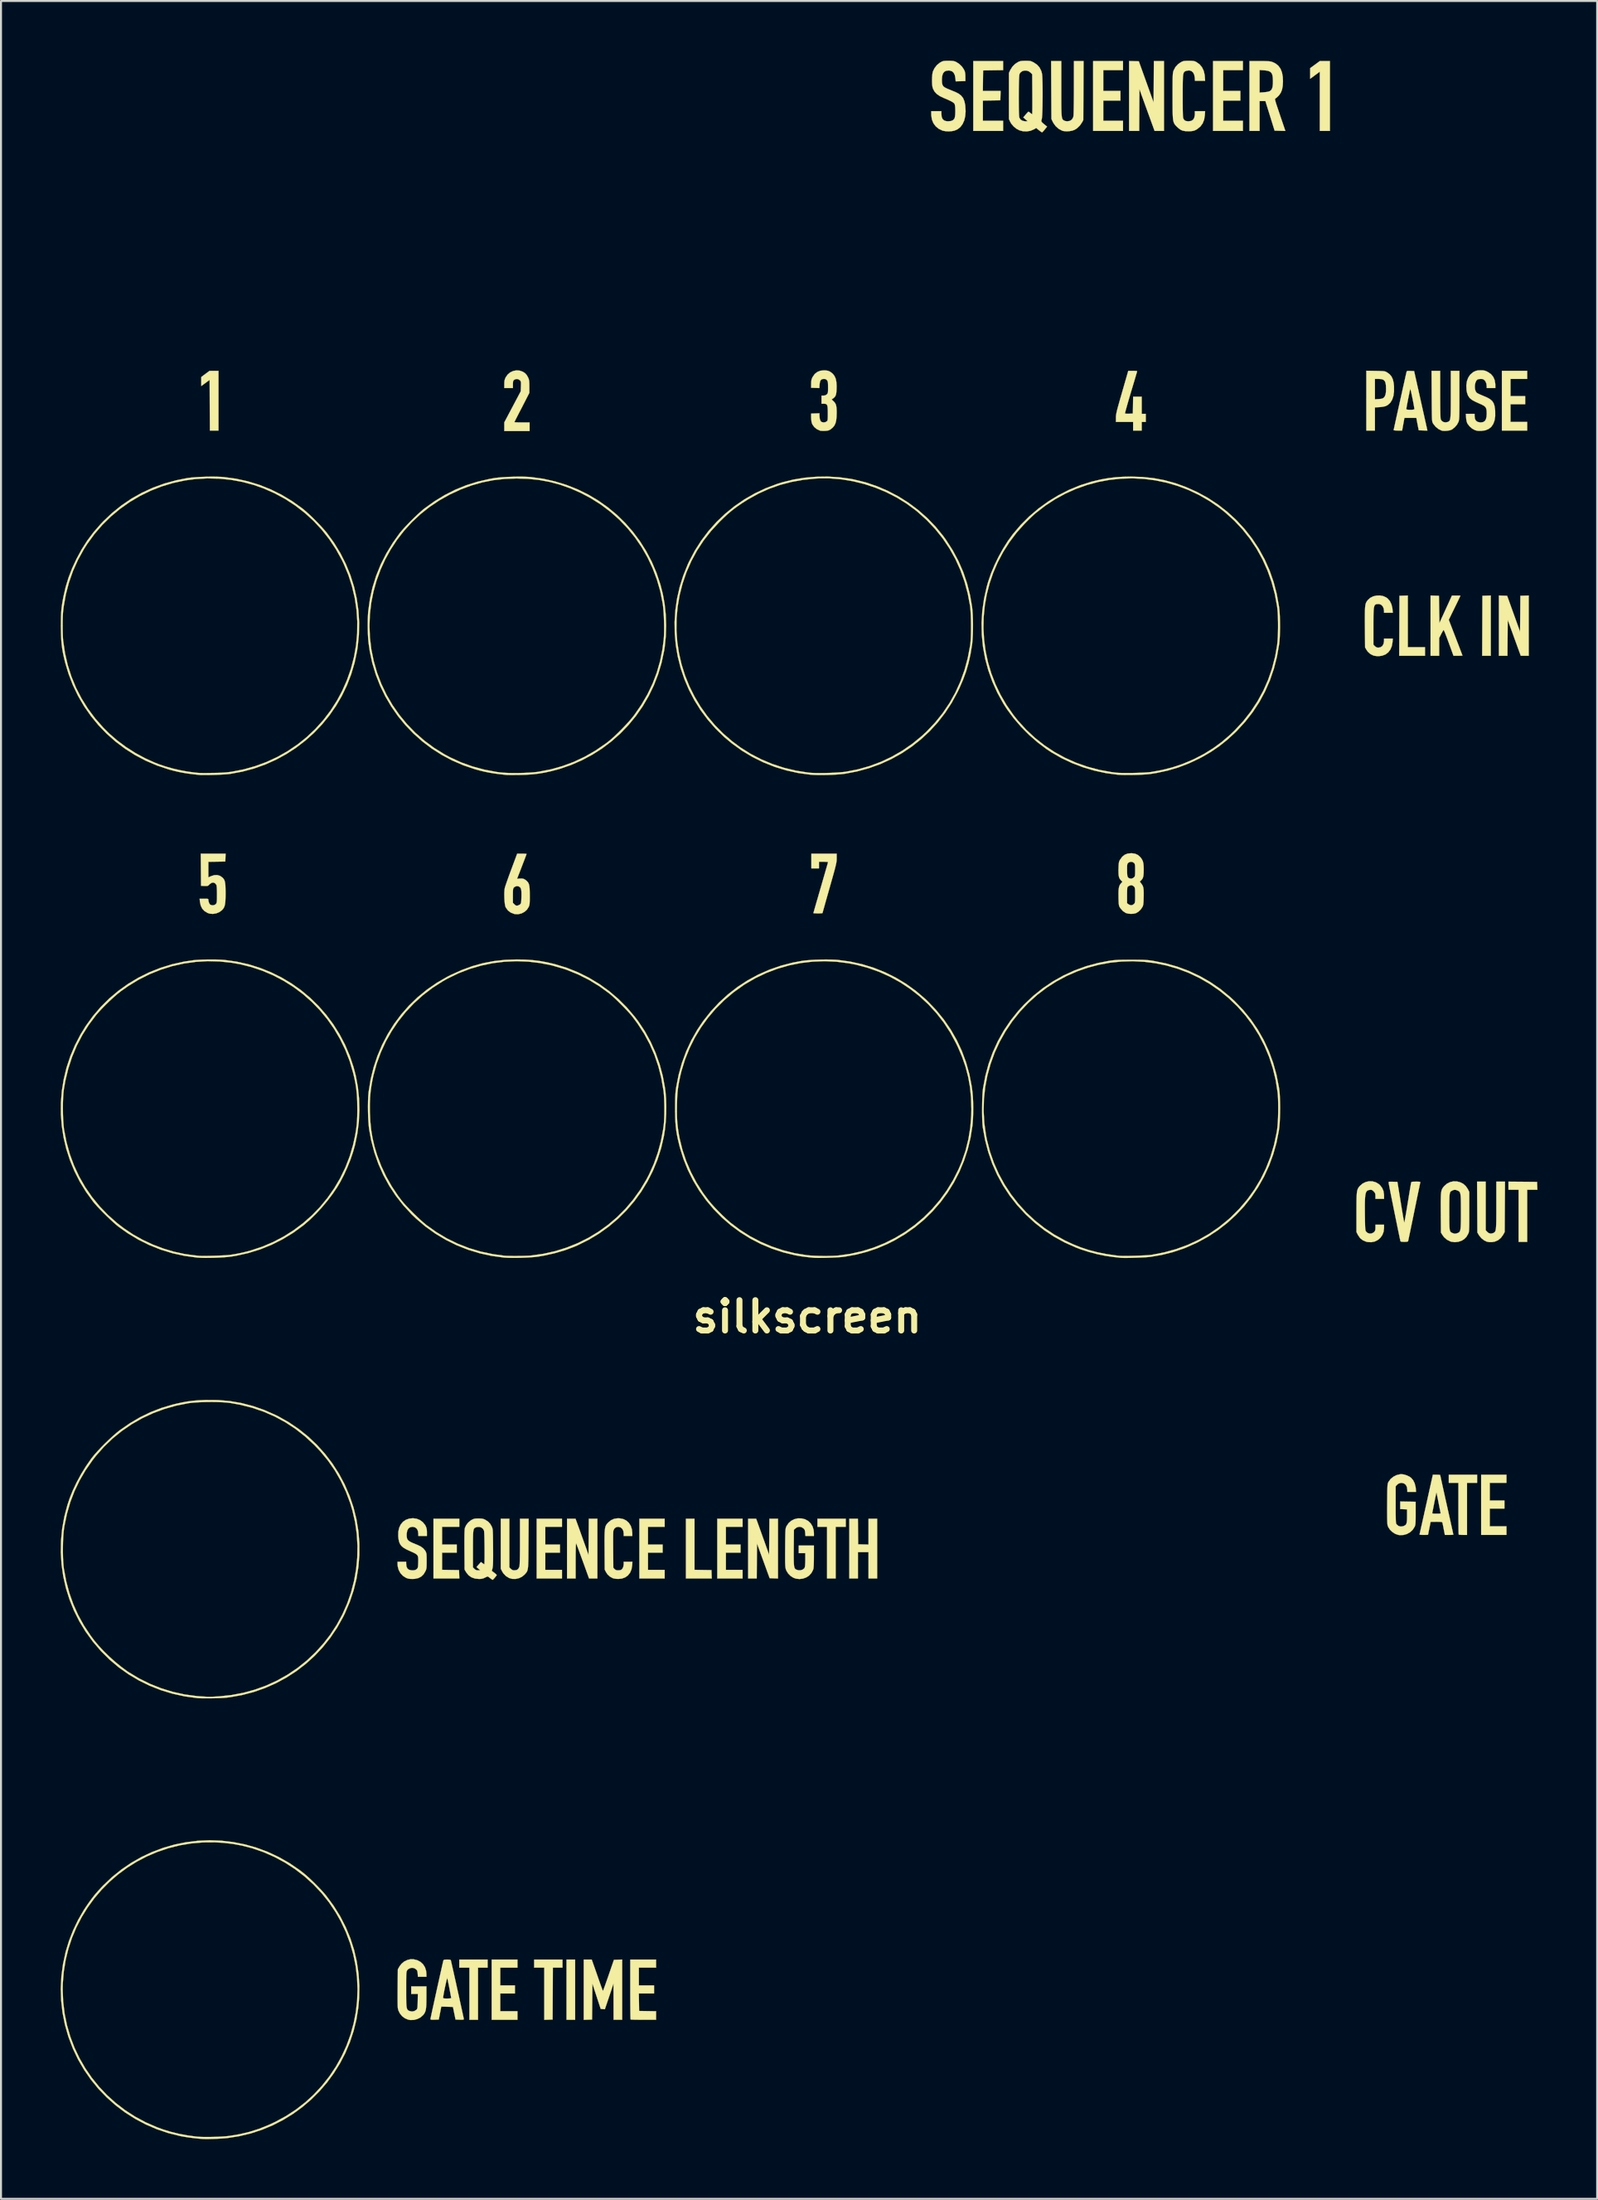
<source format=kicad_pcb>
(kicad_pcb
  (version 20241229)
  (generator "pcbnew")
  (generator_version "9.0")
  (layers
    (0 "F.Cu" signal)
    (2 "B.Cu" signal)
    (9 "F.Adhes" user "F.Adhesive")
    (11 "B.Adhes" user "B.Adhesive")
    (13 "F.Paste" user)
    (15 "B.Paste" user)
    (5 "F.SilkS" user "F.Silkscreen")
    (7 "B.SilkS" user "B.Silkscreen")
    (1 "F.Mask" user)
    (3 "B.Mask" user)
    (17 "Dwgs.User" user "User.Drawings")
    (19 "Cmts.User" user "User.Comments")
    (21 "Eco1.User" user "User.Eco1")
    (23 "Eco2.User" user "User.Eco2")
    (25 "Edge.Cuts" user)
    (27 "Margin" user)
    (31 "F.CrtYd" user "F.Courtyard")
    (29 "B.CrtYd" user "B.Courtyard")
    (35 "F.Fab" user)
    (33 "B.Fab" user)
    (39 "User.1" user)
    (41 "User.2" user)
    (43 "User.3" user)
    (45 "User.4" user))
  (footprint "silkscreen"
    (layer "F.Cu")
    (at 37.526 63.098)
    (property "Reference" "silkscreen" (at 0 0 0) (layer "F.SilkS") (effects (font (size 1.524 1.524) (thickness 0.3))))
    (attr through_hole)
    (fp_poly (pts (xy -11.67 35.316) (xy -12.103 35.316) (xy -12.103 32.29) (xy -11.67 32.29) (xy -11.67 35.316)) (stroke (width 0.01) (type solid)) (fill yes) (layer "F.SilkS"))
    (fp_poly (pts (xy 34.35 -33.206) (xy 33.917 -33.206) (xy 33.924 -34.712) (xy 33.93 -36.219) (xy 34.14 -36.226) (xy 34.35 -36.233) (xy 34.35 -33.206)) (stroke (width 0.01) (type solid)) (fill yes) (layer "F.SilkS"))
    (fp_poly (pts (xy -5.67 12.711) (xy -4.818 12.725) (xy -4.811 12.935) (xy -4.803 13.145) (xy -6.102 13.145) (xy -6.102 10.145) (xy -5.67 10.145) (xy -5.67 12.711)) (stroke (width 0.01) (type solid)) (fill yes) (layer "F.SilkS"))
    (fp_poly (pts (xy -16.069 32.697) (xy -16.552 32.697) (xy -16.552 35.316) (xy -16.984 35.316) (xy -16.984 32.697) (xy -17.493 32.697) (xy -17.493 32.29) (xy -16.069 32.29) (xy -16.069 32.697)) (stroke (width 0.01) (type solid)) (fill yes) (layer "F.SilkS"))
    (fp_poly (pts (xy 1.932 10.552) (xy 1.424 10.552) (xy 1.424 13.145) (xy 0.992 13.145) (xy 0.992 10.552) (xy 0.509 10.552) (xy 0.509 10.145) (xy 1.932 10.145) (xy 1.932 10.552)) (stroke (width 0.01) (type solid)) (fill yes) (layer "F.SilkS"))
    (fp_poly (pts (xy 26.264 -59.572) (xy 25.756 -59.572) (xy 25.756 -62.547) (xy 25.514 -62.369) (xy 25.273 -62.19) (xy 25.273 -62.724) (xy 25.755 -63.08) (xy 26.264 -63.08) (xy 26.264 -59.572)) (stroke (width 0.01) (type solid)) (fill yes) (layer "F.SilkS"))
    (fp_poly (pts (xy 30.18 -33.638) (xy 31.044 -33.638) (xy 31.044 -33.206) (xy 29.747 -33.206) (xy 29.754 -34.712) (xy 29.76 -36.219) (xy 29.97 -36.226) (xy 30.18 -36.233) (xy 30.18 -33.638)) (stroke (width 0.01) (type solid)) (fill yes) (layer "F.SilkS"))
    (fp_poly (pts (xy -29.595 -44.52) (xy -30.027 -44.52) (xy -30.034 -45.792) (xy -30.04 -47.064) (xy -30.46 -46.756) (xy -30.46 -47.21) (xy -30.252 -47.365) (xy -30.044 -47.52) (xy -29.595 -47.52) (xy -29.595 -44.52)) (stroke (width 0.01) (type solid)) (fill yes) (layer "F.SilkS"))
    (fp_poly (pts (xy 35.958 -6.783) (xy 36.676 -6.776) (xy 36.691 -6.382) (xy 36.18 -6.382) (xy 36.18 -3.763) (xy 35.748 -3.763) (xy 35.748 -6.382) (xy 35.24 -6.382) (xy 35.24 -6.789) (xy 35.958 -6.783)) (stroke (width 0.01) (type solid)) (fill yes) (layer "F.SilkS"))
    (fp_poly (pts (xy -12.306 32.697) (xy -12.789 32.697) (xy -12.795 34) (xy -12.802 35.303) (xy -13.011 35.311) (xy -13.221 35.318) (xy -13.221 32.697) (xy -13.73 32.697) (xy -13.73 32.29) (xy -12.306 32.29) (xy -12.306 32.697)) (stroke (width 0.01) (type solid)) (fill yes) (layer "F.SilkS"))
    (fp_poly (pts (xy -14.569 32.697) (xy -15.433 32.697) (xy -15.433 33.587) (xy -14.696 33.587) (xy -14.696 33.994) (xy -15.433 33.994) (xy -15.433 34.884) (xy -14.569 34.884) (xy -14.569 35.316) (xy -15.865 35.316) (xy -15.865 32.29) (xy -14.569 32.29) (xy -14.569 32.697)) (stroke (width 0.01) (type solid)) (fill yes) (layer "F.SilkS"))
    (fp_poly (pts (xy -12.331 10.552) (xy -13.17 10.552) (xy -13.17 11.441) (xy -12.433 11.441) (xy -12.433 11.848) (xy -13.17 11.848) (xy -13.17 12.713) (xy -12.331 12.713) (xy -12.331 13.145) (xy -13.603 13.145) (xy -13.603 10.145) (xy -12.331 10.145) (xy -12.331 10.552)) (stroke (width 0.01) (type solid)) (fill yes) (layer "F.SilkS"))
    (fp_poly (pts (xy -7.17 10.552) (xy -8.009 10.552) (xy -8.009 11.441) (xy -7.272 11.441) (xy -7.272 11.848) (xy -8.009 11.848) (xy -8.009 12.713) (xy -7.17 12.713) (xy -7.17 13.145) (xy -8.441 13.145) (xy -8.441 10.145) (xy -7.17 10.145) (xy -7.17 10.552)) (stroke (width 0.01) (type solid)) (fill yes) (layer "F.SilkS"))
    (fp_poly (pts (xy -3.254 10.552) (xy -4.093 10.552) (xy -4.093 11.441) (xy -3.356 11.441) (xy -3.356 11.848) (xy -4.093 11.848) (xy -4.093 12.713) (xy -3.254 12.713) (xy -3.254 13.145) (xy -4.526 13.145) (xy -4.526 10.145) (xy -3.254 10.145) (xy -3.254 10.552)) (stroke (width 0.01) (type solid)) (fill yes) (layer "F.SilkS"))
    (fp_poly (pts (xy 15.865 -62.623) (xy 14.874 -62.623) (xy 14.874 -61.58) (xy 15.738 -61.58) (xy 15.738 -61.097) (xy 14.874 -61.097) (xy 14.874 -60.08) (xy 15.865 -60.08) (xy 15.865 -59.572) (xy 14.365 -59.572) (xy 14.365 -63.08) (xy 15.865 -63.08) (xy 15.865 -62.623)) (stroke (width 0.01) (type solid)) (fill yes) (layer "F.SilkS"))
    (fp_poly (pts (xy 21.891 -62.623) (xy 20.9 -62.623) (xy 20.9 -61.58) (xy 21.764 -61.58) (xy 21.764 -61.097) (xy 20.9 -61.097) (xy 20.9 -60.08) (xy 21.891 -60.08) (xy 21.891 -59.572) (xy 20.391 -59.572) (xy 20.391 -63.08) (xy 21.891 -63.08) (xy 21.891 -62.623)) (stroke (width 0.01) (type solid)) (fill yes) (layer "F.SilkS"))
    (fp_poly (pts (xy 35.138 8.34) (xy 34.299 8.34) (xy 34.299 9.229) (xy 35.036 9.229) (xy 35.036 9.636) (xy 34.299 9.636) (xy 34.299 10.526) (xy 35.138 10.526) (xy 35.138 10.958) (xy 33.867 10.958) (xy 33.867 7.933) (xy 35.138 7.933) (xy 35.138 8.34)) (stroke (width 0.01) (type solid)) (fill yes) (layer "F.SilkS"))
    (fp_poly (pts (xy 36.18 -47.113) (xy 35.341 -47.113) (xy 35.341 -46.249) (xy 36.079 -46.249) (xy 36.079 -45.842) (xy 35.341 -45.842) (xy 35.341 -44.952) (xy 36.18 -44.952) (xy 36.18 -44.52) (xy 34.909 -44.52) (xy 34.909 -47.52) (xy 36.18 -47.52) (xy 36.18 -47.113)) (stroke (width 0.01) (type solid)) (fill yes) (layer "F.SilkS"))
    (fp_poly (pts (xy 2.555 11.429) (xy 2.816 11.436) (xy 3.076 11.443) (xy 3.076 10.145) (xy 3.509 10.145) (xy 3.509 13.145) (xy 3.076 13.145) (xy 3.076 11.823) (xy 2.543 11.823) (xy 2.543 13.145) (xy 2.11 13.145) (xy 2.11 10.145) (xy 2.542 10.145) (xy 2.555 11.429)) (stroke (width 0.01) (type solid)) (fill yes) (layer "F.SilkS"))
    (fp_poly (pts (xy -17.493 10.552) (xy -18.357 10.552) (xy -18.357 11.441) (xy -17.62 11.441) (xy -17.62 11.848) (xy -18.357 11.848) (xy -18.357 12.711) (xy -17.931 12.718) (xy -17.505 12.725) (xy -17.498 12.935) (xy -17.491 13.145) (xy -18.789 13.145) (xy -18.789 10.145) (xy -17.493 10.145) (xy -17.493 10.552)) (stroke (width 0.01) (type solid)) (fill yes) (layer "F.SilkS"))
    (fp_poly (pts (xy 16.661 -63.068) (xy 17.033 -62.034) (xy 17.404 -61) (xy 17.41 -62.04) (xy 17.417 -63.08) (xy 17.925 -63.08) (xy 17.925 -59.572) (xy 17.453 -59.572) (xy 17.072 -60.62) (xy 16.692 -61.668) (xy 16.685 -60.62) (xy 16.679 -59.572) (xy 16.171 -59.572) (xy 16.171 -63.082) (xy 16.661 -63.068)) (stroke (width 0.01) (type solid)) (fill yes) (layer "F.SilkS"))
    (fp_poly (pts (xy 9.84 -62.624) (xy 9.337 -62.617) (xy 8.835 -62.61) (xy 8.828 -62.095) (xy 8.822 -61.58) (xy 9.714 -61.58) (xy 9.707 -61.345) (xy 9.7 -61.11) (xy 8.823 -61.096) (xy 8.823 -60.08) (xy 9.84 -60.08) (xy 9.84 -59.572) (xy 8.34 -59.572) (xy 8.34 -63.08) (xy 9.84 -63.08) (xy 9.84 -62.624)) (stroke (width 0.01) (type solid)) (fill yes) (layer "F.SilkS"))
    (fp_poly (pts (xy 36.257 -33.206) (xy 35.857 -33.206) (xy 35.529 -34.107) (xy 35.202 -35.009) (xy 35.195 -34.107) (xy 35.188 -33.206) (xy 34.757 -33.206) (xy 34.757 -36.233) (xy 34.964 -36.226) (xy 35.172 -36.219) (xy 35.497 -35.316) (xy 35.822 -34.413) (xy 35.83 -35.316) (xy 35.837 -36.219) (xy 36.047 -36.226) (xy 36.257 -36.233) (xy 36.257 -33.206)) (stroke (width 0.01) (type solid)) (fill yes) (layer "F.SilkS"))
    (fp_poly (pts (xy 33.663 8.34) (xy 33.155 8.34) (xy 33.155 10.958) (xy 32.956 10.958) (xy 32.859 10.956) (xy 32.784 10.951) (xy 32.743 10.943) (xy 32.739 10.941) (xy 32.736 10.913) (xy 32.733 10.839) (xy 32.73 10.724) (xy 32.728 10.573) (xy 32.726 10.39) (xy 32.724 10.181) (xy 32.723 9.95) (xy 32.723 9.702) (xy 32.723 9.632) (xy 32.723 8.34) (xy 32.239 8.34) (xy 32.239 7.933) (xy 33.663 7.933) (xy 33.663 8.34)) (stroke (width 0.01) (type solid)) (fill yes) (layer "F.SilkS"))
    (fp_poly (pts (xy -2.522 10.278) (xy -2.502 10.335) (xy -2.466 10.433) (xy -2.419 10.564) (xy -2.362 10.723) (xy -2.298 10.901) (xy -2.23 11.092) (xy -2.196 11.184) (xy -1.92 11.957) (xy -1.913 11.051) (xy -1.906 10.145) (xy -1.475 10.145) (xy -1.475 13.147) (xy -1.684 13.14) (xy -1.894 13.132) (xy -2.212 12.26) (xy -2.53 11.388) (xy -2.537 12.267) (xy -2.543 13.145) (xy -2.975 13.145) (xy -2.975 10.145) (xy -2.572 10.145) (xy -2.522 10.278)) (stroke (width 0.01) (type solid)) (fill yes) (layer "F.SilkS"))
    (fp_poly (pts (xy -7.602 32.697) (xy -8.467 32.697) (xy -8.467 33.587) (xy -7.704 33.587) (xy -7.704 33.994) (xy -8.468 33.994) (xy -8.461 34.432) (xy -8.454 34.871) (xy -8.028 34.878) (xy -7.602 34.885) (xy -7.602 35.316) (xy -8.234 35.316) (xy -8.408 35.315) (xy -8.565 35.313) (xy -8.698 35.311) (xy -8.8 35.307) (xy -8.864 35.303) (xy -8.882 35.299) (xy -8.885 35.271) (xy -8.888 35.197) (xy -8.891 35.081) (xy -8.893 34.928) (xy -8.895 34.741) (xy -8.897 34.527) (xy -8.898 34.289) (xy -8.899 34.031) (xy -8.899 33.786) (xy -8.899 32.29) (xy -7.602 32.29) (xy -7.602 32.697)) (stroke (width 0.01) (type solid)) (fill yes) (layer "F.SilkS"))
    (fp_poly (pts (xy -11.588 10.316) (xy -11.563 10.384) (xy -11.524 10.492) (xy -11.473 10.632) (xy -11.414 10.798) (xy -11.349 10.98) (xy -11.28 11.171) (xy -11.261 11.225) (xy -10.996 11.963) (xy -10.99 11.054) (xy -10.983 10.145) (xy -10.552 10.145) (xy -10.552 13.145) (xy -10.761 13.145) (xy -10.971 13.144) (xy -11.286 12.274) (xy -11.359 12.074) (xy -11.427 11.889) (xy -11.488 11.724) (xy -11.54 11.585) (xy -11.582 11.478) (xy -11.61 11.407) (xy -11.623 11.379) (xy -11.628 11.398) (xy -11.633 11.462) (xy -11.637 11.567) (xy -11.64 11.706) (xy -11.643 11.875) (xy -11.644 12.069) (xy -11.645 12.25) (xy -11.645 13.145) (xy -12.077 13.145) (xy -12.077 10.145) (xy -11.651 10.145) (xy -11.588 10.316)) (stroke (width 0.01) (type solid)) (fill yes) (layer "F.SilkS"))
    (fp_poly (pts (xy -9.306 35.316) (xy -9.738 35.316) (xy -9.74 34.407) (xy -9.742 33.498) (xy -10.175 34.785) (xy -10.28 34.777) (xy -10.385 34.769) (xy -10.593 34.134) (xy -10.802 33.498) (xy -10.819 35.303) (xy -11.028 35.311) (xy -11.238 35.318) (xy -11.238 32.29) (xy -10.836 32.29) (xy -10.761 32.5) (xy -10.731 32.586) (xy -10.687 32.709) (xy -10.634 32.861) (xy -10.575 33.03) (xy -10.514 33.206) (xy -10.486 33.288) (xy -10.429 33.449) (xy -10.378 33.593) (xy -10.334 33.713) (xy -10.3 33.803) (xy -10.278 33.855) (xy -10.272 33.866) (xy -10.261 33.843) (xy -10.236 33.778) (xy -10.198 33.675) (xy -10.15 33.542) (xy -10.094 33.382) (xy -10.031 33.203) (xy -9.99 33.085) (xy -9.721 32.303) (xy -9.513 32.296) (xy -9.306 32.288) (xy -9.306 35.316)) (stroke (width 0.01) (type solid)) (fill yes) (layer "F.SilkS"))
    (fp_poly (pts (xy 34.095 -4.352) (xy 34.161 -4.274) (xy 34.25 -4.203) (xy 34.353 -4.177) (xy 34.46 -4.2) (xy 34.476 -4.207) (xy 34.51 -4.226) (xy 34.538 -4.246) (xy 34.562 -4.273) (xy 34.581 -4.31) (xy 34.596 -4.361) (xy 34.608 -4.432) (xy 34.616 -4.526) (xy 34.622 -4.648) (xy 34.626 -4.802) (xy 34.628 -4.992) (xy 34.629 -5.223) (xy 34.629 -5.499) (xy 34.629 -5.605) (xy 34.629 -6.789) (xy 35.064 -6.789) (xy 35.049 -4.259) (xy 34.974 -4.123) (xy 34.86 -3.965) (xy 34.719 -3.848) (xy 34.552 -3.776) (xy 34.407 -3.75) (xy 34.263 -3.752) (xy 34.146 -3.775) (xy 34.013 -3.84) (xy 33.884 -3.942) (xy 33.776 -4.068) (xy 33.746 -4.115) (xy 33.676 -4.233) (xy 33.669 -5.511) (xy 33.661 -6.789) (xy 34.095 -6.789) (xy 34.095 -4.352)) (stroke (width 0.01) (type solid)) (fill yes) (layer "F.SilkS"))
    (fp_poly (pts (xy -14.976 12.589) (xy -14.901 12.664) (xy -14.837 12.715) (xy -14.766 12.736) (xy -14.715 12.738) (xy -14.606 12.72) (xy -14.528 12.664) (xy -14.476 12.565) (xy -14.468 12.541) (xy -14.462 12.49) (xy -14.456 12.391) (xy -14.451 12.247) (xy -14.447 12.06) (xy -14.444 11.833) (xy -14.442 11.569) (xy -14.442 11.295) (xy -14.442 10.145) (xy -14.007 10.145) (xy -14.015 11.397) (xy -14.017 11.692) (xy -14.019 11.941) (xy -14.021 12.148) (xy -14.025 12.318) (xy -14.03 12.456) (xy -14.037 12.566) (xy -14.048 12.652) (xy -14.062 12.72) (xy -14.08 12.774) (xy -14.102 12.818) (xy -14.13 12.858) (xy -14.163 12.897) (xy -14.202 12.941) (xy -14.207 12.946) (xy -14.337 13.056) (xy -14.492 13.131) (xy -14.66 13.169) (xy -14.828 13.168) (xy -14.986 13.124) (xy -14.99 13.122) (xy -15.15 13.023) (xy -15.28 12.886) (xy -15.343 12.783) (xy -15.408 12.652) (xy -15.408 10.145) (xy -14.976 10.145) (xy -14.976 12.589)) (stroke (width 0.01) (type solid)) (fill yes) (layer "F.SilkS"))
    (fp_poly (pts (xy 31.534 -36.226) (xy 31.744 -36.219) (xy 31.769 -34.853) (xy 32.084 -35.542) (xy 32.399 -36.231) (xy 32.611 -36.231) (xy 32.708 -36.23) (xy 32.782 -36.228) (xy 32.821 -36.224) (xy 32.824 -36.222) (xy 32.814 -36.198) (xy 32.783 -36.134) (xy 32.737 -36.037) (xy 32.677 -35.912) (xy 32.606 -35.766) (xy 32.531 -35.613) (xy 32.238 -35.012) (xy 32.582 -34.12) (xy 32.659 -33.919) (xy 32.731 -33.734) (xy 32.794 -33.568) (xy 32.847 -33.429) (xy 32.888 -33.321) (xy 32.915 -33.248) (xy 32.926 -33.218) (xy 32.926 -33.217) (xy 32.902 -33.212) (xy 32.839 -33.208) (xy 32.749 -33.206) (xy 32.701 -33.206) (xy 32.476 -33.206) (xy 32.24 -33.854) (xy 32.177 -34.025) (xy 32.119 -34.178) (xy 32.068 -34.309) (xy 32.026 -34.411) (xy 31.997 -34.477) (xy 31.982 -34.502) (xy 31.982 -34.502) (xy 31.962 -34.481) (xy 31.926 -34.424) (xy 31.88 -34.342) (xy 31.858 -34.299) (xy 31.756 -34.097) (xy 31.756 -33.206) (xy 31.324 -33.206) (xy 31.324 -36.233) (xy 31.534 -36.226)) (stroke (width 0.01) (type solid)) (fill yes) (layer "F.SilkS"))
    (fp_poly (pts (xy 16.453 -47.518) (xy 16.53 -47.513) (xy 16.572 -47.505) (xy 16.577 -47.501) (xy 16.57 -47.473) (xy 16.549 -47.402) (xy 16.517 -47.293) (xy 16.475 -47.149) (xy 16.424 -46.978) (xy 16.366 -46.784) (xy 16.302 -46.571) (xy 16.263 -46.44) (xy 16.197 -46.219) (xy 16.136 -46.013) (xy 16.083 -45.827) (xy 16.038 -45.667) (xy 16.002 -45.537) (xy 15.978 -45.442) (xy 15.967 -45.388) (xy 15.967 -45.377) (xy 15.999 -45.368) (xy 16.068 -45.363) (xy 16.16 -45.364) (xy 16.173 -45.364) (xy 16.361 -45.372) (xy 16.375 -46.223) (xy 16.806 -46.223) (xy 16.806 -45.359) (xy 17.01 -45.359) (xy 17.01 -44.952) (xy 16.806 -44.952) (xy 16.806 -44.52) (xy 16.374 -44.52) (xy 16.374 -44.952) (xy 15.51 -44.952) (xy 15.51 -45.159) (xy 15.51 -45.213) (xy 15.514 -45.267) (xy 15.522 -45.327) (xy 15.535 -45.399) (xy 15.554 -45.486) (xy 15.581 -45.595) (xy 15.617 -45.73) (xy 15.664 -45.896) (xy 15.721 -46.1) (xy 15.792 -46.345) (xy 15.82 -46.443) (xy 16.13 -47.52) (xy 16.354 -47.52) (xy 16.453 -47.518)) (stroke (width 0.01) (type solid)) (fill yes) (layer "F.SilkS"))
    (fp_poly (pts (xy 28.559 -47.516) (xy 28.724 -47.513) (xy 28.846 -47.509) (xy 28.936 -47.504) (xy 29 -47.496) (xy 29.049 -47.484) (xy 29.09 -47.467) (xy 29.132 -47.443) (xy 29.143 -47.437) (xy 29.268 -47.345) (xy 29.362 -47.231) (xy 29.428 -47.089) (xy 29.469 -46.912) (xy 29.486 -46.745) (xy 29.487 -46.48) (xy 29.455 -46.252) (xy 29.391 -46.063) (xy 29.295 -45.912) (xy 29.166 -45.799) (xy 29.074 -45.751) (xy 29 -45.73) (xy 28.896 -45.711) (xy 28.779 -45.697) (xy 28.75 -45.695) (xy 28.527 -45.682) (xy 28.527 -44.52) (xy 28.095 -44.52) (xy 28.095 -47.113) (xy 28.527 -47.113) (xy 28.527 -46.09) (xy 28.719 -46.102) (xy 28.827 -46.112) (xy 28.899 -46.128) (xy 28.949 -46.154) (xy 28.973 -46.173) (xy 29.026 -46.242) (xy 29.062 -46.335) (xy 29.081 -46.461) (xy 29.086 -46.618) (xy 29.08 -46.791) (xy 29.058 -46.921) (xy 29.017 -47.012) (xy 28.952 -47.071) (xy 28.858 -47.103) (xy 28.732 -47.113) (xy 28.715 -47.113) (xy 28.527 -47.113) (xy 28.095 -47.113) (xy 28.095 -47.524) (xy 28.559 -47.516)) (stroke (width 0.01) (type solid)) (fill yes) (layer "F.SilkS"))
    (fp_poly (pts (xy 12.764 -61.694) (xy 12.764 -61.38) (xy 12.764 -61.112) (xy 12.765 -60.887) (xy 12.767 -60.701) (xy 12.771 -60.55) (xy 12.776 -60.429) (xy 12.784 -60.334) (xy 12.793 -60.263) (xy 12.806 -60.209) (xy 12.821 -60.17) (xy 12.84 -60.142) (xy 12.862 -60.12) (xy 12.889 -60.1) (xy 12.894 -60.096) (xy 12.962 -60.069) (xy 13.055 -60.055) (xy 13.074 -60.055) (xy 13.197 -60.077) (xy 13.292 -60.14) (xy 13.356 -60.241) (xy 13.375 -60.31) (xy 13.379 -60.357) (xy 13.383 -60.45) (xy 13.387 -60.583) (xy 13.39 -60.751) (xy 13.393 -60.949) (xy 13.395 -61.171) (xy 13.397 -61.413) (xy 13.398 -61.668) (xy 13.398 -61.752) (xy 13.399 -63.08) (xy 13.884 -63.08) (xy 13.877 -61.599) (xy 13.87 -60.118) (xy 13.81 -60.004) (xy 13.698 -59.84) (xy 13.554 -59.703) (xy 13.437 -59.629) (xy 13.315 -59.584) (xy 13.167 -59.558) (xy 13.014 -59.551) (xy 12.874 -59.565) (xy 12.804 -59.585) (xy 12.633 -59.676) (xy 12.483 -59.809) (xy 12.364 -59.974) (xy 12.335 -60.029) (xy 12.268 -60.169) (xy 12.26 -61.625) (xy 12.253 -63.08) (xy 12.764 -63.08) (xy 12.764 -61.694)) (stroke (width 0.01) (type solid)) (fill yes) (layer "F.SilkS"))
    (fp_poly (pts (xy 1.475 -23.033) (xy 1.474 -22.979) (xy 1.472 -22.928) (xy 1.466 -22.873) (xy 1.457 -22.811) (xy 1.442 -22.736) (xy 1.421 -22.645) (xy 1.393 -22.532) (xy 1.356 -22.392) (xy 1.309 -22.222) (xy 1.251 -22.015) (xy 1.181 -21.768) (xy 1.119 -21.549) (xy 1.05 -21.306) (xy 0.985 -21.078) (xy 0.926 -20.869) (xy 0.875 -20.685) (xy 0.831 -20.53) (xy 0.797 -20.408) (xy 0.774 -20.324) (xy 0.763 -20.283) (xy 0.763 -20.28) (xy 0.739 -20.273) (xy 0.676 -20.268) (xy 0.585 -20.264) (xy 0.534 -20.264) (xy 0.433 -20.266) (xy 0.355 -20.27) (xy 0.311 -20.275) (xy 0.305 -20.278) (xy 0.312 -20.305) (xy 0.332 -20.376) (xy 0.363 -20.486) (xy 0.405 -20.631) (xy 0.455 -20.807) (xy 0.514 -21.008) (xy 0.578 -21.231) (xy 0.648 -21.471) (xy 0.674 -21.561) (xy 0.745 -21.805) (xy 0.811 -22.034) (xy 0.872 -22.244) (xy 0.925 -22.43) (xy 0.97 -22.587) (xy 1.006 -22.71) (xy 1.03 -22.796) (xy 1.042 -22.839) (xy 1.042 -22.843) (xy 1.019 -22.849) (xy 0.956 -22.854) (xy 0.865 -22.857) (xy 0.814 -22.857) (xy 0.585 -22.857) (xy 0.585 -22.527) (xy 0.203 -22.527) (xy 0.203 -23.264) (xy 1.475 -23.264) (xy 1.475 -23.033)) (stroke (width 0.01) (type solid)) (fill yes) (layer "F.SilkS"))
    (fp_poly (pts (xy -14.457 -47.53) (xy -14.299 -47.474) (xy -14.19 -47.404) (xy -14.106 -47.313) (xy -14.034 -47.186) (xy -14.03 -47.177) (xy -14.005 -47.116) (xy -13.988 -47.055) (xy -13.978 -46.983) (xy -13.973 -46.885) (xy -13.971 -46.751) (xy -13.971 -46.732) (xy -13.971 -46.414) (xy -14.12 -46.122) (xy -14.182 -45.999) (xy -14.261 -45.846) (xy -14.348 -45.677) (xy -14.436 -45.508) (xy -14.495 -45.395) (xy -14.565 -45.259) (xy -14.626 -45.139) (xy -14.675 -45.041) (xy -14.708 -44.974) (xy -14.721 -44.944) (xy -14.721 -44.943) (xy -14.697 -44.937) (xy -14.631 -44.933) (xy -14.532 -44.929) (xy -14.408 -44.927) (xy -14.34 -44.927) (xy -13.959 -44.927) (xy -13.959 -44.494) (xy -15.23 -44.494) (xy -15.23 -44.931) (xy -14.404 -46.49) (xy -14.395 -46.737) (xy -14.392 -46.852) (xy -14.393 -46.928) (xy -14.401 -46.977) (xy -14.418 -47.012) (xy -14.446 -47.044) (xy -14.451 -47.049) (xy -14.537 -47.103) (xy -14.634 -47.109) (xy -14.704 -47.084) (xy -14.75 -47.055) (xy -14.778 -47.018) (xy -14.792 -46.961) (xy -14.797 -46.87) (xy -14.797 -46.827) (xy -14.798 -46.656) (xy -15.23 -46.656) (xy -15.23 -46.854) (xy -15.226 -46.972) (xy -15.212 -47.061) (xy -15.184 -47.141) (xy -15.164 -47.185) (xy -15.066 -47.328) (xy -14.938 -47.438) (xy -14.787 -47.51) (xy -14.624 -47.541) (xy -14.457 -47.53)) (stroke (width 0.01) (type solid)) (fill yes) (layer "F.SilkS"))
    (fp_poly (pts (xy 22.92 -63.08) (xy 23.067 -63.076) (xy 23.179 -63.071) (xy 23.263 -63.062) (xy 23.326 -63.049) (xy 23.357 -63.04) (xy 23.533 -62.958) (xy 23.674 -62.844) (xy 23.781 -62.696) (xy 23.855 -62.512) (xy 23.896 -62.29) (xy 23.906 -62.063) (xy 23.894 -61.836) (xy 23.859 -61.648) (xy 23.799 -61.494) (xy 23.713 -61.368) (xy 23.689 -61.342) (xy 23.622 -61.277) (xy 23.562 -61.226) (xy 23.531 -61.204) (xy 23.518 -61.195) (xy 23.51 -61.181) (xy 23.508 -61.156) (xy 23.514 -61.116) (xy 23.528 -61.057) (xy 23.553 -60.972) (xy 23.59 -60.858) (xy 23.64 -60.708) (xy 23.704 -60.519) (xy 23.753 -60.373) (xy 24.026 -59.57) (xy 23.755 -59.577) (xy 23.485 -59.584) (xy 23.254 -60.328) (xy 23.023 -61.072) (xy 22.877 -61.072) (xy 22.73 -61.072) (xy 22.73 -59.572) (xy 22.222 -59.572) (xy 22.222 -61.497) (xy 22.73 -61.497) (xy 22.945 -61.512) (xy 23.057 -61.524) (xy 23.158 -61.542) (xy 23.23 -61.564) (xy 23.24 -61.568) (xy 23.306 -61.616) (xy 23.352 -61.686) (xy 23.382 -61.785) (xy 23.398 -61.921) (xy 23.401 -62.063) (xy 23.395 -62.242) (xy 23.374 -62.378) (xy 23.332 -62.476) (xy 23.264 -62.543) (xy 23.166 -62.586) (xy 23.031 -62.609) (xy 22.942 -62.617) (xy 22.73 -62.63) (xy 22.73 -61.497) (xy 22.222 -61.497) (xy 22.222 -63.08) (xy 22.729 -63.08) (xy 22.92 -63.08)) (stroke (width 0.01) (type solid)) (fill yes) (layer "F.SilkS"))
    (fp_poly (pts (xy 31.807 -46.342) (xy 31.808 -46.014) (xy 31.81 -45.737) (xy 31.813 -45.509) (xy 31.817 -45.33) (xy 31.822 -45.199) (xy 31.829 -45.115) (xy 31.835 -45.082) (xy 31.889 -45) (xy 31.973 -44.947) (xy 32.076 -44.929) (xy 32.184 -44.949) (xy 32.199 -44.956) (xy 32.23 -44.971) (xy 32.257 -44.99) (xy 32.279 -45.015) (xy 32.297 -45.052) (xy 32.311 -45.105) (xy 32.321 -45.177) (xy 32.329 -45.274) (xy 32.335 -45.399) (xy 32.338 -45.558) (xy 32.34 -45.753) (xy 32.341 -45.99) (xy 32.341 -46.272) (xy 32.341 -46.335) (xy 32.341 -47.52) (xy 32.773 -47.52) (xy 32.773 -46.301) (xy 32.773 -46.019) (xy 32.773 -45.783) (xy 32.772 -45.589) (xy 32.77 -45.431) (xy 32.768 -45.305) (xy 32.765 -45.207) (xy 32.76 -45.131) (xy 32.754 -45.072) (xy 32.747 -45.027) (xy 32.738 -44.99) (xy 32.727 -44.956) (xy 32.723 -44.946) (xy 32.652 -44.815) (xy 32.547 -44.691) (xy 32.423 -44.59) (xy 32.367 -44.557) (xy 32.284 -44.53) (xy 32.173 -44.511) (xy 32.053 -44.502) (xy 31.946 -44.505) (xy 31.883 -44.517) (xy 31.722 -44.594) (xy 31.577 -44.711) (xy 31.461 -44.856) (xy 31.435 -44.901) (xy 31.424 -44.924) (xy 31.415 -44.952) (xy 31.408 -44.99) (xy 31.401 -45.041) (xy 31.396 -45.111) (xy 31.392 -45.204) (xy 31.389 -45.324) (xy 31.387 -45.475) (xy 31.385 -45.663) (xy 31.383 -45.891) (xy 31.381 -46.165) (xy 31.38 -46.255) (xy 31.373 -47.52) (xy 31.807 -47.52) (xy 31.807 -46.342)) (stroke (width 0.01) (type solid)) (fill yes) (layer "F.SilkS"))
    (fp_poly (pts (xy -9.431 10.125) (xy -9.25 10.161) (xy -9.095 10.239) (xy -8.968 10.355) (xy -8.874 10.503) (xy -8.816 10.681) (xy -8.797 10.874) (xy -8.797 11.009) (xy -9.229 11.009) (xy -9.229 10.894) (xy -9.248 10.757) (xy -9.301 10.651) (xy -9.384 10.582) (xy -9.495 10.552) (xy -9.516 10.552) (xy -9.619 10.575) (xy -9.698 10.639) (xy -9.746 10.737) (xy -9.75 10.758) (xy -9.754 10.804) (xy -9.757 10.893) (xy -9.759 11.02) (xy -9.76 11.179) (xy -9.76 11.362) (xy -9.759 11.563) (xy -9.758 11.725) (xy -9.751 12.607) (xy -9.689 12.673) (xy -9.631 12.718) (xy -9.56 12.737) (xy -9.516 12.738) (xy -9.435 12.732) (xy -9.369 12.718) (xy -9.355 12.712) (xy -9.293 12.652) (xy -9.249 12.558) (xy -9.23 12.441) (xy -9.229 12.422) (xy -9.229 12.306) (xy -8.791 12.306) (xy -8.803 12.49) (xy -8.837 12.689) (xy -8.909 12.857) (xy -9.017 12.993) (xy -9.156 13.092) (xy -9.323 13.152) (xy -9.495 13.169) (xy -9.603 13.164) (xy -9.705 13.15) (xy -9.773 13.133) (xy -9.92 13.055) (xy -10.045 12.938) (xy -10.119 12.825) (xy -10.183 12.701) (xy -10.19 11.713) (xy -10.192 11.436) (xy -10.193 11.205) (xy -10.191 11.015) (xy -10.187 10.86) (xy -10.179 10.736) (xy -10.168 10.637) (xy -10.151 10.559) (xy -10.129 10.497) (xy -10.1 10.444) (xy -10.065 10.397) (xy -10.022 10.35) (xy -9.996 10.324) (xy -9.859 10.214) (xy -9.708 10.148) (xy -9.536 10.123) (xy -9.431 10.125)) (stroke (width 0.01) (type solid)) (fill yes) (layer "F.SilkS"))
    (fp_poly (pts (xy 28.943 -36.204) (xy 29.093 -36.136) (xy 29.162 -36.087) (xy 29.275 -35.958) (xy 29.356 -35.794) (xy 29.403 -35.604) (xy 29.409 -35.548) (xy 29.425 -35.367) (xy 28.985 -35.367) (xy 28.985 -35.457) (xy 28.967 -35.584) (xy 28.918 -35.69) (xy 28.844 -35.766) (xy 28.752 -35.802) (xy 28.722 -35.804) (xy 28.658 -35.803) (xy 28.604 -35.798) (xy 28.561 -35.783) (xy 28.526 -35.755) (xy 28.5 -35.709) (xy 28.481 -35.64) (xy 28.467 -35.545) (xy 28.459 -35.419) (xy 28.454 -35.257) (xy 28.452 -35.055) (xy 28.451 -34.809) (xy 28.451 -34.679) (xy 28.451 -33.761) (xy 28.525 -33.687) (xy 28.597 -33.632) (xy 28.677 -33.613) (xy 28.698 -33.612) (xy 28.811 -33.635) (xy 28.899 -33.698) (xy 28.958 -33.799) (xy 28.984 -33.932) (xy 28.985 -33.968) (xy 28.985 -34.07) (xy 29.424 -34.07) (xy 29.412 -33.898) (xy 29.377 -33.694) (xy 29.304 -33.519) (xy 29.198 -33.379) (xy 29.06 -33.274) (xy 28.894 -33.21) (xy 28.747 -33.189) (xy 28.613 -33.19) (xy 28.497 -33.206) (xy 28.457 -33.216) (xy 28.297 -33.294) (xy 28.166 -33.413) (xy 28.102 -33.505) (xy 28.032 -33.625) (xy 28.024 -34.651) (xy 28.022 -34.926) (xy 28.022 -35.155) (xy 28.023 -35.343) (xy 28.026 -35.496) (xy 28.032 -35.618) (xy 28.042 -35.714) (xy 28.055 -35.79) (xy 28.073 -35.851) (xy 28.096 -35.901) (xy 28.124 -35.946) (xy 28.159 -35.991) (xy 28.172 -36.008) (xy 28.292 -36.115) (xy 28.44 -36.19) (xy 28.605 -36.23) (xy 28.776 -36.235) (xy 28.943 -36.204)) (stroke (width 0.01) (type solid)) (fill yes) (layer "F.SilkS"))
    (fp_poly (pts (xy -29.252 -22.87) (xy -30.104 -22.856) (xy -30.104 -22.072) (xy -29.97 -22.134) (xy -29.808 -22.186) (xy -29.655 -22.191) (xy -29.513 -22.148) (xy -29.389 -22.058) (xy -29.386 -22.055) (xy -29.34 -22.003) (xy -29.304 -21.945) (xy -29.278 -21.875) (xy -29.26 -21.785) (xy -29.248 -21.668) (xy -29.242 -21.517) (xy -29.239 -21.324) (xy -29.239 -21.258) (xy -29.241 -21.046) (xy -29.249 -20.877) (xy -29.264 -20.744) (xy -29.287 -20.639) (xy -29.321 -20.555) (xy -29.367 -20.485) (xy -29.424 -20.423) (xy -29.557 -20.326) (xy -29.712 -20.264) (xy -29.878 -20.238) (xy -30.039 -20.252) (xy -30.142 -20.286) (xy -30.297 -20.38) (xy -30.411 -20.501) (xy -30.487 -20.655) (xy -30.527 -20.842) (xy -30.527 -20.844) (xy -30.543 -21.001) (xy -30.323 -21.001) (xy -30.218 -21.001) (xy -30.153 -20.997) (xy -30.119 -20.987) (xy -30.106 -20.969) (xy -30.104 -20.942) (xy -30.091 -20.853) (xy -30.06 -20.769) (xy -30.018 -20.709) (xy -30.001 -20.696) (xy -29.909 -20.669) (xy -29.815 -20.679) (xy -29.738 -20.723) (xy -29.724 -20.738) (xy -29.704 -20.767) (xy -29.69 -20.8) (xy -29.681 -20.848) (xy -29.675 -20.918) (xy -29.672 -21.018) (xy -29.672 -21.157) (xy -29.671 -21.223) (xy -29.673 -21.406) (xy -29.679 -21.549) (xy -29.689 -21.647) (xy -29.701 -21.696) (xy -29.767 -21.778) (xy -29.847 -21.814) (xy -29.935 -21.802) (xy -30.026 -21.742) (xy -30.043 -21.725) (xy -30.091 -21.677) (xy -30.131 -21.651) (xy -30.182 -21.64) (xy -30.26 -21.641) (xy -30.3 -21.642) (xy -30.472 -21.65) (xy -30.479 -22.457) (xy -30.486 -23.264) (xy -29.237 -23.264) (xy -29.252 -22.87)) (stroke (width 0.01) (type solid)) (fill yes) (layer "F.SilkS"))
    (fp_poly (pts (xy 30.273 -47.516) (xy 30.314 -47.515) (xy 30.497 -47.507) (xy 30.831 -46.013) (xy 31.165 -44.518) (xy 30.947 -44.525) (xy 30.729 -44.533) (xy 30.686 -44.749) (xy 30.664 -44.861) (xy 30.644 -44.967) (xy 30.629 -45.047) (xy 30.627 -45.06) (xy 30.61 -45.156) (xy 30.01 -45.156) (xy 29.952 -44.838) (xy 29.894 -44.52) (xy 29.681 -44.52) (xy 29.584 -44.522) (xy 29.51 -44.529) (xy 29.471 -44.538) (xy 29.468 -44.542) (xy 29.473 -44.569) (xy 29.489 -44.64) (xy 29.513 -44.75) (xy 29.544 -44.894) (xy 29.582 -45.066) (xy 29.625 -45.261) (xy 29.672 -45.474) (xy 29.698 -45.593) (xy 30.104 -45.593) (xy 30.127 -45.576) (xy 30.185 -45.566) (xy 30.266 -45.561) (xy 30.353 -45.561) (xy 30.433 -45.567) (xy 30.49 -45.579) (xy 30.511 -45.594) (xy 30.507 -45.638) (xy 30.494 -45.718) (xy 30.475 -45.826) (xy 30.452 -45.951) (xy 30.425 -46.087) (xy 30.397 -46.223) (xy 30.37 -46.351) (xy 30.346 -46.463) (xy 30.325 -46.549) (xy 30.311 -46.6) (xy 30.305 -46.611) (xy 30.296 -46.583) (xy 30.28 -46.513) (xy 30.258 -46.412) (xy 30.233 -46.29) (xy 30.205 -46.154) (xy 30.178 -46.014) (xy 30.152 -45.881) (xy 30.13 -45.762) (xy 30.114 -45.668) (xy 30.105 -45.607) (xy 30.104 -45.593) (xy 29.698 -45.593) (xy 29.722 -45.7) (xy 29.774 -45.932) (xy 29.826 -46.166) (xy 29.877 -46.397) (xy 29.926 -46.619) (xy 29.973 -46.826) (xy 30.015 -47.014) (xy 30.051 -47.178) (xy 30.081 -47.311) (xy 30.104 -47.408) (xy 30.117 -47.464) (xy 30.127 -47.494) (xy 30.149 -47.511) (xy 30.194 -47.517) (xy 30.273 -47.516)) (stroke (width 0.01) (type solid)) (fill yes) (layer "F.SilkS"))
    (fp_poly (pts (xy 28.401 -6.803) (xy 28.566 -6.758) (xy 28.717 -6.67) (xy 28.78 -6.615) (xy 28.888 -6.478) (xy 28.955 -6.325) (xy 28.983 -6.146) (xy 28.985 -6.085) (xy 28.985 -5.924) (xy 28.553 -5.924) (xy 28.553 -6.067) (xy 28.549 -6.153) (xy 28.533 -6.212) (xy 28.496 -6.264) (xy 28.463 -6.299) (xy 28.404 -6.353) (xy 28.356 -6.376) (xy 28.298 -6.378) (xy 28.269 -6.374) (xy 28.208 -6.363) (xy 28.158 -6.343) (xy 28.117 -6.311) (xy 28.085 -6.261) (xy 28.061 -6.19) (xy 28.043 -6.094) (xy 28.031 -5.967) (xy 28.024 -5.806) (xy 28.021 -5.605) (xy 28.022 -5.362) (xy 28.023 -5.163) (xy 28.026 -4.937) (xy 28.029 -4.756) (xy 28.032 -4.615) (xy 28.036 -4.507) (xy 28.041 -4.428) (xy 28.048 -4.371) (xy 28.057 -4.332) (xy 28.068 -4.304) (xy 28.077 -4.288) (xy 28.152 -4.215) (xy 28.249 -4.18) (xy 28.352 -4.184) (xy 28.449 -4.227) (xy 28.492 -4.264) (xy 28.529 -4.314) (xy 28.547 -4.374) (xy 28.553 -4.463) (xy 28.553 -4.479) (xy 28.553 -4.627) (xy 28.985 -4.627) (xy 28.985 -4.456) (xy 28.962 -4.268) (xy 28.897 -4.102) (xy 28.796 -3.962) (xy 28.666 -3.853) (xy 28.512 -3.779) (xy 28.341 -3.746) (xy 28.158 -3.756) (xy 28.087 -3.772) (xy 27.918 -3.843) (xy 27.783 -3.951) (xy 27.68 -4.098) (xy 27.676 -4.105) (xy 27.599 -4.255) (xy 27.599 -5.236) (xy 27.6 -5.508) (xy 27.601 -5.734) (xy 27.604 -5.919) (xy 27.609 -6.07) (xy 27.616 -6.189) (xy 27.628 -6.284) (xy 27.644 -6.359) (xy 27.664 -6.419) (xy 27.69 -6.47) (xy 27.722 -6.516) (xy 27.761 -6.563) (xy 27.768 -6.571) (xy 27.904 -6.69) (xy 28.061 -6.769) (xy 28.23 -6.807) (xy 28.401 -6.803)) (stroke (width 0.01) (type solid)) (fill yes) (layer "F.SilkS"))
    (fp_poly (pts (xy 30.699 -6.788) (xy 30.765 -6.784) (xy 30.799 -6.775) (xy 30.808 -6.759) (xy 30.806 -6.744) (xy 30.798 -6.712) (xy 30.782 -6.634) (xy 30.757 -6.515) (xy 30.725 -6.361) (xy 30.686 -6.175) (xy 30.642 -5.962) (xy 30.594 -5.726) (xy 30.542 -5.473) (xy 30.499 -5.263) (xy 30.445 -5) (xy 30.394 -4.75) (xy 30.346 -4.521) (xy 30.304 -4.314) (xy 30.266 -4.136) (xy 30.236 -3.99) (xy 30.213 -3.882) (xy 30.198 -3.815) (xy 30.193 -3.795) (xy 30.16 -3.775) (xy 30.078 -3.765) (xy 30.002 -3.763) (xy 29.889 -3.768) (xy 29.826 -3.781) (xy 29.811 -3.795) (xy 29.803 -3.828) (xy 29.786 -3.906) (xy 29.761 -4.022) (xy 29.73 -4.172) (xy 29.693 -4.349) (xy 29.652 -4.549) (xy 29.608 -4.767) (xy 29.561 -4.996) (xy 29.513 -5.231) (xy 29.465 -5.467) (xy 29.419 -5.699) (xy 29.374 -5.921) (xy 29.333 -6.127) (xy 29.296 -6.313) (xy 29.265 -6.472) (xy 29.24 -6.6) (xy 29.223 -6.691) (xy 29.215 -6.739) (xy 29.214 -6.745) (xy 29.219 -6.767) (xy 29.24 -6.78) (xy 29.287 -6.785) (xy 29.37 -6.785) (xy 29.436 -6.783) (xy 29.657 -6.776) (xy 29.823 -5.753) (xy 29.859 -5.531) (xy 29.893 -5.327) (xy 29.924 -5.143) (xy 29.951 -4.987) (xy 29.973 -4.863) (xy 29.99 -4.777) (xy 30 -4.733) (xy 30.002 -4.729) (xy 30.009 -4.753) (xy 30.024 -4.822) (xy 30.044 -4.931) (xy 30.069 -5.074) (xy 30.099 -5.245) (xy 30.131 -5.44) (xy 30.166 -5.653) (xy 30.176 -5.714) (xy 30.212 -5.933) (xy 30.245 -6.138) (xy 30.276 -6.322) (xy 30.302 -6.48) (xy 30.324 -6.606) (xy 30.339 -6.695) (xy 30.348 -6.74) (xy 30.349 -6.744) (xy 30.362 -6.766) (xy 30.392 -6.779) (xy 30.449 -6.786) (xy 30.544 -6.788) (xy 30.59 -6.789) (xy 30.699 -6.788)) (stroke (width 0.01) (type solid)) (fill yes) (layer "F.SilkS"))
    (fp_poly (pts (xy -19.804 32.273) (xy -19.61 32.319) (xy -19.445 32.405) (xy -19.312 32.527) (xy -19.216 32.68) (xy -19.159 32.861) (xy -19.145 33.02) (xy -19.145 33.155) (xy -19.571 33.155) (xy -19.583 32.998) (xy -19.593 32.904) (xy -19.612 32.843) (xy -19.646 32.798) (xy -19.663 32.782) (xy -19.764 32.719) (xy -19.871 32.703) (xy -19.962 32.721) (xy -20.063 32.774) (xy -20.113 32.832) (xy -20.126 32.856) (xy -20.137 32.885) (xy -20.145 32.924) (xy -20.151 32.977) (xy -20.156 33.052) (xy -20.159 33.152) (xy -20.161 33.284) (xy -20.162 33.454) (xy -20.162 33.666) (xy -20.162 33.785) (xy -20.162 34.039) (xy -20.161 34.248) (xy -20.158 34.416) (xy -20.152 34.548) (xy -20.143 34.649) (xy -20.13 34.724) (xy -20.112 34.777) (xy -20.088 34.815) (xy -20.058 34.842) (xy -20.021 34.862) (xy -19.994 34.874) (xy -19.87 34.9) (xy -19.751 34.877) (xy -19.66 34.821) (xy -19.633 34.796) (xy -19.614 34.771) (xy -19.601 34.735) (xy -19.593 34.68) (xy -19.588 34.598) (xy -19.584 34.479) (xy -19.582 34.39) (xy -19.574 34.019) (xy -19.908 34.019) (xy -19.908 33.638) (xy -19.145 33.638) (xy -19.145 34.18) (xy -19.147 34.396) (xy -19.151 34.569) (xy -19.161 34.705) (xy -19.177 34.813) (xy -19.2 34.898) (xy -19.232 34.97) (xy -19.274 35.035) (xy -19.311 35.08) (xy -19.44 35.195) (xy -19.599 35.276) (xy -19.774 35.322) (xy -19.952 35.328) (xy -20.068 35.306) (xy -20.229 35.237) (xy -20.37 35.129) (xy -20.481 34.993) (xy -20.556 34.837) (xy -20.582 34.722) (xy -20.586 34.666) (xy -20.589 34.566) (xy -20.591 34.429) (xy -20.592 34.262) (xy -20.592 34.071) (xy -20.591 33.864) (xy -20.59 33.689) (xy -20.582 32.786) (xy -20.506 32.647) (xy -20.4 32.504) (xy -20.263 32.39) (xy -20.104 32.311) (xy -19.934 32.272) (xy -19.804 32.273)) (stroke (width 0.01) (type solid)) (fill yes) (layer "F.SilkS"))
    (fp_poly (pts (xy -0.293 10.128) (xy -0.117 10.171) (xy 0.041 10.256) (xy 0.169 10.379) (xy 0.263 10.532) (xy 0.317 10.709) (xy 0.331 10.858) (xy 0.331 11.009) (xy -0.096 11.009) (xy -0.107 10.853) (xy -0.117 10.76) (xy -0.135 10.7) (xy -0.17 10.652) (xy -0.199 10.624) (xy -0.302 10.563) (xy -0.414 10.548) (xy -0.525 10.58) (xy -0.591 10.626) (xy -0.674 10.7) (xy -0.682 11.586) (xy -0.684 11.845) (xy -0.684 12.058) (xy -0.682 12.231) (xy -0.678 12.367) (xy -0.671 12.471) (xy -0.66 12.55) (xy -0.645 12.606) (xy -0.625 12.646) (xy -0.6 12.674) (xy -0.57 12.694) (xy -0.56 12.7) (xy -0.452 12.734) (xy -0.34 12.733) (xy -0.238 12.702) (xy -0.159 12.642) (xy -0.132 12.599) (xy -0.118 12.542) (xy -0.109 12.442) (xy -0.103 12.307) (xy -0.102 12.203) (xy -0.102 11.874) (xy -0.432 11.874) (xy -0.432 11.492) (xy 0.331 11.492) (xy 0.33 12.033) (xy 0.329 12.199) (xy 0.326 12.355) (xy 0.321 12.489) (xy 0.314 12.593) (xy 0.306 12.657) (xy 0.304 12.666) (xy 0.275 12.742) (xy 0.227 12.832) (xy 0.196 12.882) (xy 0.085 13.004) (xy -0.057 13.095) (xy -0.221 13.153) (xy -0.395 13.174) (xy -0.568 13.155) (xy -0.699 13.11) (xy -0.843 13.019) (xy -0.965 12.895) (xy -1.053 12.752) (xy -1.081 12.678) (xy -1.092 12.634) (xy -1.1 12.583) (xy -1.107 12.517) (xy -1.111 12.433) (xy -1.115 12.323) (xy -1.116 12.184) (xy -1.116 12.009) (xy -1.115 11.792) (xy -1.114 11.589) (xy -1.112 11.344) (xy -1.11 11.145) (xy -1.107 10.986) (xy -1.104 10.861) (xy -1.1 10.765) (xy -1.095 10.693) (xy -1.088 10.64) (xy -1.079 10.599) (xy -1.067 10.565) (xy -1.053 10.534) (xy -1.047 10.52) (xy -0.945 10.368) (xy -0.811 10.249) (xy -0.652 10.168) (xy -0.477 10.126) (xy -0.293 10.128)) (stroke (width 0.01) (type solid)) (fill yes) (layer "F.SilkS"))
    (fp_poly (pts (xy 29.992 7.924) (xy 30.131 7.968) (xy 30.261 8.03) (xy 30.346 8.09) (xy 30.448 8.21) (xy 30.524 8.365) (xy 30.57 8.545) (xy 30.579 8.616) (xy 30.594 8.797) (xy 30.155 8.797) (xy 30.155 8.695) (xy 30.136 8.556) (xy 30.083 8.448) (xy 29.999 8.377) (xy 29.89 8.346) (xy 29.814 8.348) (xy 29.709 8.382) (xy 29.64 8.44) (xy 29.57 8.518) (xy 29.57 9.443) (xy 29.57 9.684) (xy 29.57 9.88) (xy 29.572 10.036) (xy 29.574 10.156) (xy 29.577 10.246) (xy 29.582 10.312) (xy 29.588 10.358) (xy 29.597 10.39) (xy 29.607 10.413) (xy 29.621 10.432) (xy 29.621 10.432) (xy 29.71 10.507) (xy 29.819 10.538) (xy 29.94 10.523) (xy 29.962 10.515) (xy 30.028 10.485) (xy 30.076 10.448) (xy 30.108 10.395) (xy 30.128 10.318) (xy 30.138 10.209) (xy 30.142 10.06) (xy 30.142 10.008) (xy 30.142 9.674) (xy 29.799 9.659) (xy 29.799 9.279) (xy 30.186 9.286) (xy 30.574 9.293) (xy 30.574 9.865) (xy 30.574 10.053) (xy 30.572 10.197) (xy 30.569 10.305) (xy 30.564 10.386) (xy 30.556 10.445) (xy 30.545 10.492) (xy 30.53 10.533) (xy 30.521 10.552) (xy 30.425 10.702) (xy 30.293 10.824) (xy 30.135 10.912) (xy 29.96 10.961) (xy 29.778 10.969) (xy 29.698 10.957) (xy 29.546 10.904) (xy 29.405 10.814) (xy 29.284 10.697) (xy 29.196 10.563) (xy 29.163 10.474) (xy 29.155 10.416) (xy 29.149 10.308) (xy 29.144 10.152) (xy 29.142 9.948) (xy 29.141 9.698) (xy 29.143 9.403) (xy 29.143 9.388) (xy 29.145 9.138) (xy 29.147 8.933) (xy 29.149 8.769) (xy 29.152 8.641) (xy 29.156 8.542) (xy 29.161 8.467) (xy 29.167 8.412) (xy 29.176 8.372) (xy 29.186 8.34) (xy 29.199 8.312) (xy 29.206 8.298) (xy 29.311 8.153) (xy 29.452 8.036) (xy 29.616 7.953) (xy 29.793 7.911) (xy 29.866 7.907) (xy 29.992 7.924)) (stroke (width 0.01) (type solid)) (fill yes) (layer "F.SilkS"))
    (fp_poly (pts (xy -14.244 -23.263) (xy -14.164 -23.259) (xy -14.118 -23.254) (xy -14.111 -23.25) (xy -14.12 -23.224) (xy -14.144 -23.158) (xy -14.181 -23.059) (xy -14.228 -22.935) (xy -14.283 -22.793) (xy -14.341 -22.64) (xy -14.401 -22.485) (xy -14.459 -22.334) (xy -14.514 -22.195) (xy -14.539 -22.13) (xy -14.59 -22.001) (xy -14.467 -22.013) (xy -14.344 -22.016) (xy -14.25 -21.996) (xy -14.163 -21.944) (xy -14.111 -21.901) (xy -14.059 -21.849) (xy -14.02 -21.792) (xy -13.991 -21.724) (xy -13.972 -21.637) (xy -13.959 -21.523) (xy -13.953 -21.375) (xy -13.951 -21.184) (xy -13.951 -21.154) (xy -13.951 -20.988) (xy -13.953 -20.864) (xy -13.958 -20.773) (xy -13.966 -20.705) (xy -13.979 -20.652) (xy -13.996 -20.605) (xy -14.001 -20.595) (xy -14.09 -20.454) (xy -14.214 -20.342) (xy -14.361 -20.264) (xy -14.523 -20.224) (xy -14.688 -20.228) (xy -14.734 -20.238) (xy -14.907 -20.305) (xy -15.044 -20.408) (xy -15.149 -20.55) (xy -15.167 -20.584) (xy -15.188 -20.656) (xy -15.206 -20.766) (xy -15.219 -20.903) (xy -15.227 -21.054) (xy -15.229 -21.153) (xy -14.798 -21.153) (xy -14.798 -20.794) (xy -14.72 -20.717) (xy -14.663 -20.667) (xy -14.613 -20.651) (xy -14.561 -20.656) (xy -14.486 -20.684) (xy -14.429 -20.723) (xy -14.406 -20.752) (xy -14.391 -20.792) (xy -14.381 -20.853) (xy -14.374 -20.945) (xy -14.369 -21.069) (xy -14.367 -21.238) (xy -14.37 -21.364) (xy -14.381 -21.456) (xy -14.401 -21.522) (xy -14.431 -21.569) (xy -14.448 -21.586) (xy -14.529 -21.63) (xy -14.622 -21.633) (xy -14.709 -21.597) (xy -14.735 -21.575) (xy -14.76 -21.548) (xy -14.777 -21.519) (xy -14.788 -21.478) (xy -14.794 -21.417) (xy -14.797 -21.327) (xy -14.798 -21.197) (xy -14.798 -21.153) (xy -15.229 -21.153) (xy -15.23 -21.208) (xy -15.227 -21.352) (xy -15.217 -21.475) (xy -15.207 -21.536) (xy -15.191 -21.592) (xy -15.159 -21.689) (xy -15.115 -21.819) (xy -15.059 -21.977) (xy -14.995 -22.156) (xy -14.925 -22.347) (xy -14.88 -22.467) (xy -14.583 -23.264) (xy -14.347 -23.264) (xy -14.244 -23.263)) (stroke (width 0.01) (type solid)) (fill yes) (layer "F.SilkS"))
    (fp_poly (pts (xy 33.955 -47.543) (xy 34.039 -47.53) (xy 34.117 -47.503) (xy 34.201 -47.462) (xy 34.357 -47.357) (xy 34.471 -47.222) (xy 34.544 -47.058) (xy 34.577 -46.864) (xy 34.578 -46.802) (xy 34.579 -46.656) (xy 34.146 -46.656) (xy 34.146 -46.729) (xy 34.13 -46.877) (xy 34.08 -46.993) (xy 34.044 -47.038) (xy 33.988 -47.087) (xy 33.927 -47.109) (xy 33.855 -47.113) (xy 33.772 -47.108) (xy 33.704 -47.094) (xy 33.687 -47.087) (xy 33.624 -47.027) (xy 33.58 -46.932) (xy 33.554 -46.817) (xy 33.548 -46.693) (xy 33.562 -46.575) (xy 33.598 -46.476) (xy 33.648 -46.415) (xy 33.697 -46.385) (xy 33.782 -46.343) (xy 33.89 -46.296) (xy 33.998 -46.251) (xy 34.181 -46.172) (xy 34.319 -46.092) (xy 34.42 -46.003) (xy 34.49 -45.897) (xy 34.536 -45.765) (xy 34.562 -45.598) (xy 34.571 -45.503) (xy 34.573 -45.248) (xy 34.54 -45.03) (xy 34.474 -44.849) (xy 34.375 -44.705) (xy 34.242 -44.599) (xy 34.077 -44.531) (xy 33.879 -44.503) (xy 33.753 -44.501) (xy 33.656 -44.512) (xy 33.568 -44.537) (xy 33.544 -44.546) (xy 33.409 -44.621) (xy 33.285 -44.729) (xy 33.188 -44.853) (xy 33.165 -44.895) (xy 33.137 -44.978) (xy 33.117 -45.089) (xy 33.109 -45.175) (xy 33.098 -45.359) (xy 33.536 -45.359) (xy 33.536 -45.243) (xy 33.553 -45.11) (xy 33.604 -45.013) (xy 33.691 -44.953) (xy 33.814 -44.928) (xy 33.849 -44.927) (xy 33.963 -44.944) (xy 34.048 -44.996) (xy 34.105 -45.086) (xy 34.137 -45.218) (xy 34.146 -45.372) (xy 34.141 -45.517) (xy 34.121 -45.622) (xy 34.08 -45.7) (xy 34.013 -45.76) (xy 33.913 -45.814) (xy 33.906 -45.818) (xy 33.79 -45.87) (xy 33.66 -45.929) (xy 33.568 -45.971) (xy 33.405 -46.059) (xy 33.286 -46.159) (xy 33.204 -46.281) (xy 33.152 -46.433) (xy 33.131 -46.556) (xy 33.121 -46.786) (xy 33.149 -46.994) (xy 33.215 -47.175) (xy 33.316 -47.326) (xy 33.451 -47.443) (xy 33.516 -47.48) (xy 33.602 -47.517) (xy 33.685 -47.537) (xy 33.788 -47.545) (xy 33.844 -47.546) (xy 33.955 -47.543)) (stroke (width 0.01) (type solid)) (fill yes) (layer "F.SilkS"))
    (fp_poly (pts (xy -18.008 32.292) (xy -17.954 32.298) (xy -17.926 32.314) (xy -17.913 32.342) (xy -17.912 32.347) (xy -17.896 32.416) (xy -17.871 32.525) (xy -17.839 32.667) (xy -17.8 32.838) (xy -17.757 33.033) (xy -17.709 33.246) (xy -17.659 33.472) (xy -17.608 33.706) (xy -17.556 33.941) (xy -17.504 34.174) (xy -17.455 34.398) (xy -17.409 34.608) (xy -17.367 34.799) (xy -17.331 34.966) (xy -17.301 35.103) (xy -17.279 35.205) (xy -17.267 35.266) (xy -17.264 35.282) (xy -17.274 35.3) (xy -17.311 35.31) (xy -17.383 35.313) (xy -17.472 35.311) (xy -17.681 35.303) (xy -17.811 34.668) (xy -18.104 34.66) (xy -18.397 34.653) (xy -18.46 34.978) (xy -18.523 35.303) (xy -18.733 35.311) (xy -18.837 35.313) (xy -18.901 35.31) (xy -18.933 35.299) (xy -18.942 35.281) (xy -18.942 35.279) (xy -18.937 35.249) (xy -18.921 35.175) (xy -18.897 35.062) (xy -18.866 34.915) (xy -18.828 34.741) (xy -18.784 34.543) (xy -18.737 34.328) (xy -18.71 34.204) (xy -18.306 34.204) (xy -18.3 34.226) (xy -18.275 34.239) (xy -18.222 34.246) (xy -18.129 34.248) (xy -18.103 34.248) (xy -17.996 34.245) (xy -17.926 34.236) (xy -17.9 34.222) (xy -17.899 34.221) (xy -17.904 34.188) (xy -17.917 34.114) (xy -17.937 34.009) (xy -17.961 33.883) (xy -17.987 33.746) (xy -18.014 33.607) (xy -18.041 33.476) (xy -18.064 33.362) (xy -18.082 33.274) (xy -18.094 33.224) (xy -18.095 33.218) (xy -18.104 33.229) (xy -18.119 33.282) (xy -18.141 33.367) (xy -18.167 33.477) (xy -18.195 33.602) (xy -18.223 33.735) (xy -18.25 33.867) (xy -18.273 33.989) (xy -18.291 34.092) (xy -18.303 34.169) (xy -18.306 34.204) (xy -18.71 34.204) (xy -18.687 34.101) (xy -18.636 33.867) (xy -18.584 33.632) (xy -18.532 33.4) (xy -18.483 33.178) (xy -18.436 32.971) (xy -18.394 32.784) (xy -18.358 32.622) (xy -18.328 32.491) (xy -18.306 32.396) (xy -18.293 32.342) (xy -18.291 32.335) (xy -18.275 32.311) (xy -18.238 32.297) (xy -18.169 32.291) (xy -18.102 32.29) (xy -18.008 32.292)) (stroke (width 0.01) (type solid)) (fill yes) (layer "F.SilkS"))
    (fp_poly (pts (xy 32.641 -6.801) (xy 32.807 -6.76) (xy 32.96 -6.683) (xy 33.091 -6.568) (xy 33.193 -6.421) (xy 33.269 -6.271) (xy 33.269 -5.278) (xy 33.269 -5.026) (xy 33.269 -4.82) (xy 33.268 -4.654) (xy 33.266 -4.524) (xy 33.262 -4.423) (xy 33.258 -4.346) (xy 33.252 -4.289) (xy 33.244 -4.246) (xy 33.234 -4.212) (xy 33.221 -4.181) (xy 33.216 -4.17) (xy 33.126 -4.016) (xy 33.012 -3.901) (xy 32.893 -3.828) (xy 32.717 -3.766) (xy 32.535 -3.747) (xy 32.36 -3.772) (xy 32.321 -3.784) (xy 32.145 -3.872) (xy 32.001 -3.999) (xy 31.922 -4.107) (xy 31.845 -4.229) (xy 31.838 -5.219) (xy 31.837 -5.276) (xy 32.265 -5.276) (xy 32.265 -5.024) (xy 32.266 -4.819) (xy 32.268 -4.654) (xy 32.272 -4.525) (xy 32.279 -4.427) (xy 32.29 -4.355) (xy 32.306 -4.304) (xy 32.326 -4.268) (xy 32.353 -4.244) (xy 32.386 -4.225) (xy 32.427 -4.206) (xy 32.427 -4.206) (xy 32.516 -4.176) (xy 32.594 -4.177) (xy 32.686 -4.207) (xy 32.727 -4.226) (xy 32.761 -4.249) (xy 32.788 -4.28) (xy 32.809 -4.325) (xy 32.824 -4.389) (xy 32.835 -4.476) (xy 32.842 -4.592) (xy 32.847 -4.742) (xy 32.849 -4.93) (xy 32.85 -5.162) (xy 32.85 -5.276) (xy 32.849 -5.526) (xy 32.848 -5.731) (xy 32.845 -5.895) (xy 32.839 -6.023) (xy 32.83 -6.121) (xy 32.817 -6.194) (xy 32.799 -6.246) (xy 32.775 -6.282) (xy 32.745 -6.309) (xy 32.708 -6.331) (xy 32.69 -6.339) (xy 32.586 -6.376) (xy 32.495 -6.374) (xy 32.418 -6.344) (xy 32.379 -6.323) (xy 32.348 -6.303) (xy 32.322 -6.277) (xy 32.303 -6.24) (xy 32.289 -6.188) (xy 32.278 -6.116) (xy 32.272 -6.018) (xy 32.268 -5.889) (xy 32.266 -5.725) (xy 32.265 -5.519) (xy 32.265 -5.276) (xy 31.837 -5.276) (xy 31.836 -5.49) (xy 31.835 -5.716) (xy 31.837 -5.901) (xy 31.841 -6.051) (xy 31.848 -6.17) (xy 31.859 -6.265) (xy 31.874 -6.341) (xy 31.895 -6.401) (xy 31.922 -6.453) (xy 31.955 -6.501) (xy 31.996 -6.549) (xy 32.011 -6.567) (xy 32.147 -6.687) (xy 32.303 -6.765) (xy 32.471 -6.803) (xy 32.641 -6.801)) (stroke (width 0.01) (type solid)) (fill yes) (layer "F.SilkS"))
    (fp_poly (pts (xy -19.637 10.144) (xy -19.469 10.212) (xy -19.324 10.319) (xy -19.211 10.46) (xy -19.185 10.506) (xy -19.147 10.597) (xy -19.127 10.686) (xy -19.12 10.798) (xy -19.12 10.824) (xy -19.12 11.009) (xy -19.552 11.009) (xy -19.552 10.894) (xy -19.571 10.756) (xy -19.624 10.65) (xy -19.709 10.581) (xy -19.822 10.552) (xy -19.845 10.552) (xy -19.961 10.572) (xy -20.048 10.633) (xy -20.106 10.735) (xy -20.134 10.878) (xy -20.137 10.959) (xy -20.133 11.056) (xy -20.119 11.133) (xy -20.088 11.197) (xy -20.035 11.253) (xy -19.953 11.306) (xy -19.836 11.362) (xy -19.68 11.426) (xy -19.611 11.453) (xy -19.436 11.536) (xy -19.304 11.632) (xy -19.209 11.746) (xy -19.189 11.781) (xy -19.167 11.826) (xy -19.151 11.874) (xy -19.141 11.933) (xy -19.136 12.013) (xy -19.133 12.124) (xy -19.133 12.268) (xy -19.133 12.419) (xy -19.136 12.53) (xy -19.142 12.612) (xy -19.153 12.674) (xy -19.17 12.727) (xy -19.191 12.776) (xy -19.285 12.935) (xy -19.405 13.051) (xy -19.552 13.127) (xy -19.731 13.165) (xy -19.845 13.17) (xy -19.97 13.166) (xy -20.066 13.151) (xy -20.152 13.121) (xy -20.176 13.11) (xy -20.328 13.012) (xy -20.451 12.878) (xy -20.539 12.716) (xy -20.587 12.535) (xy -20.595 12.428) (xy -20.595 12.306) (xy -20.162 12.306) (xy -20.162 12.406) (xy -20.147 12.545) (xy -20.099 12.645) (xy -20.017 12.709) (xy -19.899 12.736) (xy -19.854 12.738) (xy -19.758 12.733) (xy -19.692 12.715) (xy -19.637 12.677) (xy -19.636 12.677) (xy -19.605 12.648) (xy -19.585 12.618) (xy -19.572 12.576) (xy -19.564 12.511) (xy -19.559 12.413) (xy -19.556 12.327) (xy -19.554 12.193) (xy -19.559 12.093) (xy -19.578 12.017) (xy -19.618 11.958) (xy -19.684 11.906) (xy -19.782 11.853) (xy -19.919 11.791) (xy -19.964 11.772) (xy -20.149 11.686) (xy -20.292 11.603) (xy -20.396 11.516) (xy -20.47 11.418) (xy -20.518 11.3) (xy -20.548 11.156) (xy -20.561 11.019) (xy -20.557 10.796) (xy -20.514 10.6) (xy -20.435 10.432) (xy -20.321 10.297) (xy -20.176 10.198) (xy -20.003 10.138) (xy -19.821 10.12) (xy -19.637 10.144)) (stroke (width 0.01) (type solid)) (fill yes) (layer "F.SilkS"))
    (fp_poly (pts (xy 19.299 -63.092) (xy 19.389 -63.086) (xy 19.456 -63.073) (xy 19.514 -63.052) (xy 19.545 -63.036) (xy 19.709 -62.921) (xy 19.835 -62.773) (xy 19.922 -62.592) (xy 19.971 -62.379) (xy 19.978 -62.299) (xy 19.992 -62.089) (xy 19.482 -62.089) (xy 19.472 -62.249) (xy 19.445 -62.396) (xy 19.387 -62.508) (xy 19.303 -62.58) (xy 19.196 -62.611) (xy 19.07 -62.597) (xy 19.053 -62.591) (xy 19.01 -62.576) (xy 18.974 -62.56) (xy 18.944 -62.536) (xy 18.921 -62.502) (xy 18.903 -62.452) (xy 18.889 -62.383) (xy 18.879 -62.289) (xy 18.873 -62.166) (xy 18.869 -62.01) (xy 18.867 -61.816) (xy 18.866 -61.58) (xy 18.866 -61.319) (xy 18.866 -61.051) (xy 18.867 -60.83) (xy 18.868 -60.651) (xy 18.871 -60.508) (xy 18.874 -60.398) (xy 18.879 -60.315) (xy 18.885 -60.255) (xy 18.892 -60.214) (xy 18.902 -60.186) (xy 18.904 -60.181) (xy 18.954 -60.111) (xy 19.022 -60.071) (xy 19.121 -60.056) (xy 19.163 -60.055) (xy 19.29 -60.074) (xy 19.384 -60.13) (xy 19.445 -60.226) (xy 19.473 -60.36) (xy 19.476 -60.422) (xy 19.476 -60.563) (xy 19.992 -60.563) (xy 19.978 -60.353) (xy 19.943 -60.135) (xy 19.868 -59.947) (xy 19.752 -59.789) (xy 19.596 -59.664) (xy 19.548 -59.635) (xy 19.468 -59.596) (xy 19.392 -59.573) (xy 19.302 -59.56) (xy 19.196 -59.554) (xy 19.004 -59.559) (xy 18.857 -59.586) (xy 18.855 -59.587) (xy 18.755 -59.633) (xy 18.65 -59.711) (xy 18.584 -59.773) (xy 18.534 -59.823) (xy 18.492 -59.869) (xy 18.457 -59.916) (xy 18.429 -59.967) (xy 18.407 -60.028) (xy 18.389 -60.103) (xy 18.377 -60.198) (xy 18.368 -60.316) (xy 18.362 -60.464) (xy 18.359 -60.644) (xy 18.358 -60.863) (xy 18.357 -61.125) (xy 18.357 -61.33) (xy 18.357 -61.601) (xy 18.358 -61.827) (xy 18.359 -62.012) (xy 18.36 -62.161) (xy 18.363 -62.278) (xy 18.367 -62.37) (xy 18.372 -62.44) (xy 18.378 -62.494) (xy 18.387 -62.537) (xy 18.397 -62.573) (xy 18.408 -62.605) (xy 18.5 -62.78) (xy 18.632 -62.924) (xy 18.768 -63.018) (xy 18.833 -63.052) (xy 18.89 -63.074) (xy 18.954 -63.086) (xy 19.038 -63.092) (xy 19.156 -63.093) (xy 19.171 -63.093) (xy 19.299 -63.092)) (stroke (width 0.01) (type solid)) (fill yes) (layer "F.SilkS"))
    (fp_poly (pts (xy 31.712 7.935) (xy 31.778 7.941) (xy 31.807 7.949) (xy 31.807 7.95) (xy 31.813 7.978) (xy 31.828 8.05) (xy 31.853 8.164) (xy 31.886 8.314) (xy 31.926 8.496) (xy 31.972 8.706) (xy 32.024 8.939) (xy 32.08 9.192) (xy 32.138 9.448) (xy 32.197 9.715) (xy 32.253 9.966) (xy 32.305 10.199) (xy 32.351 10.407) (xy 32.391 10.588) (xy 32.424 10.736) (xy 32.448 10.848) (xy 32.463 10.919) (xy 32.468 10.944) (xy 32.445 10.95) (xy 32.382 10.955) (xy 32.292 10.958) (xy 32.256 10.958) (xy 32.043 10.958) (xy 31.987 10.672) (xy 31.964 10.554) (xy 31.943 10.451) (xy 31.927 10.376) (xy 31.918 10.342) (xy 31.907 10.322) (xy 31.881 10.31) (xy 31.831 10.302) (xy 31.749 10.298) (xy 31.625 10.297) (xy 31.615 10.297) (xy 31.5 10.298) (xy 31.407 10.3) (xy 31.345 10.303) (xy 31.324 10.307) (xy 31.319 10.333) (xy 31.306 10.401) (xy 31.287 10.498) (xy 31.263 10.615) (xy 31.261 10.628) (xy 31.236 10.747) (xy 31.217 10.847) (xy 31.203 10.917) (xy 31.197 10.949) (xy 31.197 10.949) (xy 31.174 10.953) (xy 31.111 10.956) (xy 31.02 10.958) (xy 30.978 10.958) (xy 30.867 10.956) (xy 30.8 10.95) (xy 30.772 10.938) (xy 30.77 10.927) (xy 30.777 10.897) (xy 30.795 10.821) (xy 30.821 10.706) (xy 30.855 10.553) (xy 30.897 10.369) (xy 30.944 10.157) (xy 30.997 9.922) (xy 31.009 9.867) (xy 31.408 9.867) (xy 31.426 9.881) (xy 31.471 9.888) (xy 31.552 9.89) (xy 31.618 9.89) (xy 31.723 9.89) (xy 31.788 9.886) (xy 31.82 9.878) (xy 31.829 9.861) (xy 31.824 9.833) (xy 31.815 9.791) (xy 31.798 9.707) (xy 31.775 9.592) (xy 31.748 9.454) (xy 31.72 9.308) (xy 31.691 9.16) (xy 31.664 9.031) (xy 31.643 8.927) (xy 31.627 8.858) (xy 31.62 8.83) (xy 31.62 8.83) (xy 31.612 8.851) (xy 31.597 8.914) (xy 31.576 9.013) (xy 31.55 9.139) (xy 31.521 9.286) (xy 31.516 9.311) (xy 31.486 9.465) (xy 31.459 9.604) (xy 31.436 9.719) (xy 31.419 9.802) (xy 31.41 9.844) (xy 31.409 9.846) (xy 31.408 9.867) (xy 31.009 9.867) (xy 31.053 9.669) (xy 31.11 9.414) (xy 31.439 7.933) (xy 31.623 7.933) (xy 31.712 7.935)) (stroke (width 0.01) (type solid)) (fill yes) (layer "F.SilkS"))
    (fp_poly (pts (xy 0.889 -47.541) (xy 1.003 -47.529) (xy 1.089 -47.504) (xy 1.166 -47.462) (xy 1.28 -47.37) (xy 1.366 -47.26) (xy 1.425 -47.127) (xy 1.459 -46.964) (xy 1.472 -46.763) (xy 1.47 -46.62) (xy 1.462 -46.468) (xy 1.447 -46.356) (xy 1.421 -46.273) (xy 1.382 -46.211) (xy 1.326 -46.156) (xy 1.304 -46.14) (xy 1.222 -46.08) (xy 1.322 -45.985) (xy 1.382 -45.921) (xy 1.424 -45.851) (xy 1.451 -45.767) (xy 1.467 -45.658) (xy 1.474 -45.513) (xy 1.475 -45.42) (xy 1.469 -45.202) (xy 1.45 -45.027) (xy 1.414 -44.885) (xy 1.36 -44.771) (xy 1.283 -44.675) (xy 1.182 -44.591) (xy 1.177 -44.587) (xy 1.11 -44.545) (xy 1.043 -44.521) (xy 0.957 -44.509) (xy 0.885 -44.504) (xy 0.784 -44.503) (xy 0.694 -44.507) (xy 0.636 -44.516) (xy 0.635 -44.517) (xy 0.476 -44.591) (xy 0.346 -44.698) (xy 0.254 -44.829) (xy 0.227 -44.893) (xy 0.21 -44.968) (xy 0.198 -45.072) (xy 0.192 -45.181) (xy 0.191 -45.372) (xy 0.61 -45.386) (xy 0.61 -45.262) (xy 0.621 -45.133) (xy 0.65 -45.03) (xy 0.696 -44.964) (xy 0.713 -44.952) (xy 0.804 -44.928) (xy 0.902 -44.94) (xy 0.97 -44.975) (xy 0.993 -44.996) (xy 1.01 -45.021) (xy 1.02 -45.059) (xy 1.026 -45.118) (xy 1.029 -45.207) (xy 1.03 -45.335) (xy 1.03 -45.392) (xy 1.028 -45.559) (xy 1.021 -45.682) (xy 1.006 -45.767) (xy 0.98 -45.822) (xy 0.94 -45.852) (xy 0.884 -45.865) (xy 0.822 -45.867) (xy 0.712 -45.867) (xy 0.712 -46.274) (xy 0.815 -46.274) (xy 0.907 -46.288) (xy 0.977 -46.334) (xy 0.98 -46.337) (xy 1.007 -46.367) (xy 1.025 -46.4) (xy 1.035 -46.446) (xy 1.041 -46.517) (xy 1.042 -46.623) (xy 1.042 -46.689) (xy 1.041 -46.819) (xy 1.037 -46.908) (xy 1.028 -46.969) (xy 1.013 -47.011) (xy 0.99 -47.046) (xy 0.99 -47.046) (xy 0.943 -47.091) (xy 0.884 -47.11) (xy 0.825 -47.113) (xy 0.739 -47.101) (xy 0.678 -47.059) (xy 0.64 -46.983) (xy 0.618 -46.865) (xy 0.615 -46.816) (xy 0.604 -46.654) (xy 0.397 -46.661) (xy 0.191 -46.668) (xy 0.193 -46.874) (xy 0.197 -46.988) (xy 0.209 -47.072) (xy 0.234 -47.145) (xy 0.269 -47.215) (xy 0.373 -47.361) (xy 0.503 -47.464) (xy 0.659 -47.525) (xy 0.844 -47.543) (xy 0.889 -47.541)) (stroke (width 0.01) (type solid)) (fill yes) (layer "F.SilkS"))
    (fp_poly (pts (xy 7.222 -63.092) (xy 7.313 -63.086) (xy 7.383 -63.072) (xy 7.446 -63.05) (xy 7.487 -63.031) (xy 7.641 -62.931) (xy 7.776 -62.798) (xy 7.876 -62.646) (xy 7.881 -62.637) (xy 7.914 -62.558) (xy 7.933 -62.474) (xy 7.942 -62.368) (xy 7.943 -62.295) (xy 7.945 -62.076) (xy 7.701 -62.069) (xy 7.457 -62.062) (xy 7.443 -62.211) (xy 7.414 -62.372) (xy 7.357 -62.489) (xy 7.273 -62.566) (xy 7.159 -62.603) (xy 7.097 -62.607) (xy 6.973 -62.591) (xy 6.88 -62.541) (xy 6.816 -62.454) (xy 6.777 -62.328) (xy 6.763 -62.159) (xy 6.763 -62.136) (xy 6.768 -61.995) (xy 6.789 -61.892) (xy 6.832 -61.817) (xy 6.905 -61.757) (xy 7.015 -61.702) (xy 7.053 -61.685) (xy 7.178 -61.634) (xy 7.315 -61.577) (xy 7.431 -61.53) (xy 7.603 -61.444) (xy 7.734 -61.343) (xy 7.829 -61.22) (xy 7.893 -61.066) (xy 7.934 -60.874) (xy 7.939 -60.829) (xy 7.955 -60.558) (xy 7.936 -60.313) (xy 7.885 -60.097) (xy 7.802 -59.913) (xy 7.689 -59.763) (xy 7.546 -59.652) (xy 7.393 -59.585) (xy 7.258 -59.559) (xy 7.102 -59.549) (xy 6.947 -59.557) (xy 6.814 -59.581) (xy 6.789 -59.589) (xy 6.602 -59.679) (xy 6.45 -59.805) (xy 6.335 -59.962) (xy 6.261 -60.146) (xy 6.23 -60.353) (xy 6.229 -60.389) (xy 6.229 -60.563) (xy 6.738 -60.563) (xy 6.738 -60.422) (xy 6.752 -60.275) (xy 6.798 -60.167) (xy 6.876 -60.096) (xy 6.989 -60.061) (xy 7.075 -60.055) (xy 7.216 -60.068) (xy 7.317 -60.109) (xy 7.385 -60.179) (xy 7.402 -60.213) (xy 7.42 -60.284) (xy 7.432 -60.389) (xy 7.437 -60.513) (xy 7.437 -60.644) (xy 7.431 -60.765) (xy 7.419 -60.865) (xy 7.401 -60.928) (xy 7.4 -60.929) (xy 7.366 -60.971) (xy 7.302 -61.018) (xy 7.205 -61.072) (xy 7.069 -61.136) (xy 6.891 -61.212) (xy 6.856 -61.226) (xy 6.658 -61.321) (xy 6.505 -61.427) (xy 6.393 -61.549) (xy 6.317 -61.69) (xy 6.299 -61.743) (xy 6.28 -61.84) (xy 6.27 -61.971) (xy 6.267 -62.121) (xy 6.271 -62.273) (xy 6.283 -62.413) (xy 6.302 -62.524) (xy 6.312 -62.559) (xy 6.394 -62.726) (xy 6.511 -62.876) (xy 6.652 -62.993) (xy 6.687 -63.014) (xy 6.753 -63.05) (xy 6.81 -63.073) (xy 6.872 -63.086) (xy 6.953 -63.092) (xy 7.067 -63.093) (xy 7.094 -63.093) (xy 7.222 -63.092)) (stroke (width 0.01) (type solid)) (fill yes) (layer "F.SilkS"))
    (fp_poly (pts (xy 11.09 -63.092) (xy 11.175 -63.087) (xy 11.24 -63.074) (xy 11.302 -63.049) (xy 11.377 -63.011) (xy 11.385 -63.006) (xy 11.549 -62.895) (xy 11.671 -62.757) (xy 11.756 -62.588) (xy 11.794 -62.45) (xy 11.803 -62.381) (xy 11.811 -62.269) (xy 11.816 -62.121) (xy 11.821 -61.945) (xy 11.824 -61.748) (xy 11.825 -61.537) (xy 11.825 -61.319) (xy 11.823 -61.1) (xy 11.821 -60.889) (xy 11.817 -60.692) (xy 11.811 -60.516) (xy 11.804 -60.369) (xy 11.796 -60.257) (xy 11.787 -60.188) (xy 11.786 -60.181) (xy 11.768 -60.117) (xy 11.762 -60.071) (xy 11.771 -60.034) (xy 11.801 -59.995) (xy 11.859 -59.943) (xy 11.948 -59.87) (xy 11.956 -59.863) (xy 12.05 -59.786) (xy 11.936 -59.647) (xy 11.877 -59.577) (xy 11.829 -59.525) (xy 11.801 -59.501) (xy 11.801 -59.501) (xy 11.771 -59.512) (xy 11.716 -59.549) (xy 11.645 -59.603) (xy 11.642 -59.605) (xy 11.505 -59.717) (xy 11.367 -59.64) (xy 11.205 -59.575) (xy 11.023 -59.547) (xy 10.834 -59.556) (xy 10.667 -59.599) (xy 10.514 -59.678) (xy 10.372 -59.792) (xy 10.255 -59.928) (xy 10.192 -60.037) (xy 10.132 -60.169) (xy 10.132 -61.207) (xy 10.625 -61.207) (xy 10.626 -61) (xy 10.628 -60.805) (xy 10.631 -60.626) (xy 10.636 -60.473) (xy 10.642 -60.351) (xy 10.65 -60.267) (xy 10.657 -60.234) (xy 10.713 -60.146) (xy 10.805 -60.085) (xy 10.925 -60.057) (xy 10.958 -60.056) (xy 11.073 -60.057) (xy 10.854 -60.249) (xy 10.975 -60.394) (xy 11.036 -60.463) (xy 11.085 -60.515) (xy 11.113 -60.538) (xy 11.114 -60.538) (xy 11.144 -60.523) (xy 11.194 -60.486) (xy 11.208 -60.474) (xy 11.26 -60.434) (xy 11.295 -60.412) (xy 11.3 -60.411) (xy 11.303 -60.435) (xy 11.306 -60.505) (xy 11.308 -60.615) (xy 11.31 -60.76) (xy 11.31 -60.933) (xy 11.31 -61.131) (xy 11.309 -61.347) (xy 11.309 -61.413) (xy 11.302 -62.416) (xy 11.227 -62.494) (xy 11.128 -62.567) (xy 11.015 -62.603) (xy 10.9 -62.603) (xy 10.794 -62.569) (xy 10.708 -62.502) (xy 10.664 -62.431) (xy 10.655 -62.384) (xy 10.647 -62.293) (xy 10.64 -62.165) (xy 10.635 -62.006) (xy 10.631 -61.824) (xy 10.628 -61.626) (xy 10.626 -61.418) (xy 10.625 -61.207) (xy 10.132 -61.207) (xy 10.132 -62.483) (xy 10.199 -62.627) (xy 10.306 -62.798) (xy 10.447 -62.94) (xy 10.592 -63.032) (xy 10.659 -63.061) (xy 10.726 -63.08) (xy 10.807 -63.089) (xy 10.917 -63.093) (xy 10.971 -63.093) (xy 11.09 -63.092)) (stroke (width 0.01) (type solid)) (fill yes) (layer "F.SilkS"))
    (fp_poly (pts (xy -16.41 10.135) (xy -16.326 10.145) (xy -16.255 10.166) (xy -16.183 10.2) (xy -16.042 10.292) (xy -15.937 10.405) (xy -15.86 10.539) (xy -15.845 10.574) (xy -15.833 10.608) (xy -15.823 10.648) (xy -15.815 10.699) (xy -15.809 10.766) (xy -15.805 10.856) (xy -15.801 10.973) (xy -15.799 11.124) (xy -15.797 11.313) (xy -15.795 11.547) (xy -15.795 11.581) (xy -15.793 11.839) (xy -15.793 12.051) (xy -15.794 12.222) (xy -15.797 12.358) (xy -15.801 12.463) (xy -15.808 12.542) (xy -15.816 12.601) (xy -15.823 12.63) (xy -15.858 12.764) (xy -15.735 12.858) (xy -15.669 12.911) (xy -15.625 12.955) (xy -15.611 12.975) (xy -15.627 13.004) (xy -15.666 13.055) (xy -15.716 13.116) (xy -15.766 13.171) (xy -15.803 13.208) (xy -15.813 13.215) (xy -15.839 13.203) (xy -15.891 13.168) (xy -15.939 13.132) (xy -16.003 13.083) (xy -16.05 13.051) (xy -16.066 13.043) (xy -16.096 13.054) (xy -16.155 13.081) (xy -16.207 13.107) (xy -16.305 13.148) (xy -16.407 13.167) (xy -16.501 13.17) (xy -16.705 13.15) (xy -16.879 13.089) (xy -17.025 12.986) (xy -17.143 12.84) (xy -17.156 12.819) (xy -17.226 12.7) (xy -17.233 11.708) (xy -17.234 11.671) (xy -16.806 11.671) (xy -16.806 12.589) (xy -16.732 12.664) (xy -16.667 12.715) (xy -16.597 12.735) (xy -16.548 12.737) (xy -16.438 12.736) (xy -16.627 12.573) (xy -16.404 12.319) (xy -16.327 12.376) (xy -16.273 12.413) (xy -16.239 12.432) (xy -16.235 12.433) (xy -16.23 12.409) (xy -16.226 12.341) (xy -16.223 12.237) (xy -16.221 12.103) (xy -16.221 11.948) (xy -16.221 11.777) (xy -16.222 11.599) (xy -16.224 11.421) (xy -16.227 11.249) (xy -16.23 11.091) (xy -16.234 10.954) (xy -16.239 10.846) (xy -16.245 10.773) (xy -16.249 10.747) (xy -16.299 10.653) (xy -16.382 10.587) (xy -16.487 10.555) (xy -16.601 10.56) (xy -16.667 10.582) (xy -16.702 10.599) (xy -16.73 10.62) (xy -16.753 10.649) (xy -16.77 10.691) (xy -16.784 10.751) (xy -16.793 10.834) (xy -16.8 10.945) (xy -16.803 11.088) (xy -16.805 11.27) (xy -16.806 11.494) (xy -16.806 11.671) (xy -17.234 11.671) (xy -17.235 11.406) (xy -17.235 11.154) (xy -17.233 10.95) (xy -17.228 10.794) (xy -17.222 10.685) (xy -17.214 10.621) (xy -17.213 10.615) (xy -17.149 10.471) (xy -17.047 10.338) (xy -16.918 10.231) (xy -16.88 10.208) (xy -16.805 10.17) (xy -16.739 10.147) (xy -16.664 10.136) (xy -16.562 10.132) (xy -16.527 10.132) (xy -16.41 10.135)) (stroke (width 0.01) (type solid)) (fill yes) (layer "F.SilkS"))
    (fp_poly (pts (xy 16.313 -23.285) (xy 16.479 -23.26) (xy 16.616 -23.197) (xy 16.733 -23.093) (xy 16.769 -23.049) (xy 16.826 -22.964) (xy 16.865 -22.876) (xy 16.89 -22.772) (xy 16.903 -22.64) (xy 16.907 -22.476) (xy 16.904 -22.306) (xy 16.895 -22.178) (xy 16.875 -22.082) (xy 16.845 -22.009) (xy 16.8 -21.949) (xy 16.783 -21.932) (xy 16.709 -21.861) (xy 16.794 -21.749) (xy 16.836 -21.687) (xy 16.867 -21.624) (xy 16.888 -21.549) (xy 16.901 -21.454) (xy 16.906 -21.332) (xy 16.906 -21.172) (xy 16.903 -21.049) (xy 16.899 -20.898) (xy 16.892 -20.789) (xy 16.883 -20.709) (xy 16.869 -20.65) (xy 16.849 -20.601) (xy 16.84 -20.582) (xy 16.751 -20.454) (xy 16.637 -20.347) (xy 16.521 -20.278) (xy 16.407 -20.249) (xy 16.269 -20.24) (xy 16.131 -20.251) (xy 16.015 -20.282) (xy 16.005 -20.286) (xy 15.861 -20.38) (xy 15.737 -20.521) (xy 15.706 -20.566) (xy 15.685 -20.606) (xy 15.669 -20.648) (xy 15.658 -20.703) (xy 15.65 -20.78) (xy 15.645 -20.888) (xy 15.641 -21.036) (xy 15.64 -21.066) (xy 15.64 -21.154) (xy 16.069 -21.154) (xy 16.069 -20.776) (xy 16.136 -20.724) (xy 16.229 -20.678) (xy 16.323 -20.679) (xy 16.408 -20.728) (xy 16.413 -20.733) (xy 16.437 -20.759) (xy 16.454 -20.788) (xy 16.465 -20.827) (xy 16.472 -20.886) (xy 16.475 -20.973) (xy 16.476 -21.099) (xy 16.476 -21.173) (xy 16.475 -21.321) (xy 16.473 -21.427) (xy 16.468 -21.5) (xy 16.458 -21.548) (xy 16.444 -21.581) (xy 16.424 -21.606) (xy 16.424 -21.607) (xy 16.365 -21.653) (xy 16.312 -21.677) (xy 16.244 -21.675) (xy 16.167 -21.647) (xy 16.106 -21.603) (xy 16.085 -21.572) (xy 16.079 -21.533) (xy 16.074 -21.453) (xy 16.071 -21.343) (xy 16.069 -21.213) (xy 16.069 -21.154) (xy 15.64 -21.154) (xy 15.638 -21.26) (xy 15.642 -21.411) (xy 15.654 -21.528) (xy 15.674 -21.618) (xy 15.705 -21.691) (xy 15.747 -21.754) (xy 15.762 -21.771) (xy 15.835 -21.854) (xy 15.761 -21.928) (xy 15.711 -21.988) (xy 15.675 -22.056) (xy 15.652 -22.143) (xy 15.641 -22.257) (xy 15.638 -22.407) (xy 15.64 -22.516) (xy 15.641 -22.525) (xy 16.07 -22.525) (xy 16.07 -22.44) (xy 16.072 -22.293) (xy 16.079 -22.189) (xy 16.094 -22.117) (xy 16.12 -22.07) (xy 16.159 -22.039) (xy 16.198 -22.021) (xy 16.289 -22.008) (xy 16.378 -22.044) (xy 16.418 -22.077) (xy 16.443 -22.102) (xy 16.459 -22.133) (xy 16.469 -22.18) (xy 16.474 -22.252) (xy 16.476 -22.359) (xy 16.476 -22.434) (xy 16.475 -22.566) (xy 16.472 -22.656) (xy 16.464 -22.716) (xy 16.451 -22.757) (xy 16.431 -22.787) (xy 16.42 -22.799) (xy 16.343 -22.847) (xy 16.251 -22.857) (xy 16.162 -22.828) (xy 16.128 -22.802) (xy 16.103 -22.776) (xy 16.086 -22.745) (xy 16.076 -22.699) (xy 16.071 -22.63) (xy 16.07 -22.525) (xy 15.641 -22.525) (xy 15.645 -22.654) (xy 15.651 -22.753) (xy 15.661 -22.824) (xy 15.676 -22.878) (xy 15.699 -22.928) (xy 15.719 -22.963) (xy 15.827 -23.111) (xy 15.954 -23.212) (xy 16.104 -23.27) (xy 16.282 -23.286) (xy 16.313 -23.285)) (stroke (width 0.01) (type solid)) (fill yes) (layer "F.SilkS"))
    (fp_poly (pts (xy -29.448 26.319) (xy -28.851 26.389) (xy -28.257 26.507) (xy -27.701 26.664) (xy -27.126 26.877) (xy -26.569 27.137) (xy -26.035 27.44) (xy -25.529 27.785) (xy -25.298 27.963) (xy -25.149 28.09) (xy -24.979 28.245) (xy -24.798 28.419) (xy -24.617 28.601) (xy -24.445 28.781) (xy -24.292 28.949) (xy -24.176 29.087) (xy -23.804 29.591) (xy -23.478 30.116) (xy -23.199 30.661) (xy -22.966 31.224) (xy -22.781 31.801) (xy -22.644 32.392) (xy -22.555 32.995) (xy -22.515 33.607) (xy -22.526 34.227) (xy -22.567 34.706) (xy -22.663 35.303) (xy -22.805 35.883) (xy -22.992 36.446) (xy -23.221 36.988) (xy -23.491 37.508) (xy -23.8 38.003) (xy -24.145 38.472) (xy -24.525 38.912) (xy -24.937 39.322) (xy -25.379 39.699) (xy -25.85 40.042) (xy -26.347 40.348) (xy -26.868 40.615) (xy -27.411 40.841) (xy -27.975 41.025) (xy -28.556 41.163) (xy -29.125 41.252) (xy -29.279 41.267) (xy -29.462 41.28) (xy -29.661 41.291) (xy -29.864 41.299) (xy -30.058 41.304) (xy -30.23 41.305) (xy -30.368 41.302) (xy -30.396 41.3) (xy -30.6 41.284) (xy -30.828 41.259) (xy -31.062 41.23) (xy -31.286 41.197) (xy -31.481 41.162) (xy -31.534 41.152) (xy -32.128 41.003) (xy -32.703 40.809) (xy -33.256 40.57) (xy -33.785 40.29) (xy -34.289 39.97) (xy -34.765 39.611) (xy -35.21 39.217) (xy -35.624 38.789) (xy -36.002 38.328) (xy -36.344 37.838) (xy -36.647 37.319) (xy -36.908 36.774) (xy -37.126 36.204) (xy -37.143 36.155) (xy -37.313 35.559) (xy -37.433 34.956) (xy -37.502 34.348) (xy -37.519 33.803) (xy -37.426 33.803) (xy -37.401 34.412) (xy -37.328 35.009) (xy -37.208 35.593) (xy -37.043 36.16) (xy -36.835 36.709) (xy -36.584 37.237) (xy -36.293 37.743) (xy -35.963 38.224) (xy -35.596 38.678) (xy -35.193 39.103) (xy -34.756 39.495) (xy -34.287 39.855) (xy -33.786 40.178) (xy -33.257 40.463) (xy -32.7 40.707) (xy -32.379 40.824) (xy -31.994 40.942) (xy -31.579 41.043) (xy -31.153 41.123) (xy -30.734 41.18) (xy -30.639 41.189) (xy -30.49 41.198) (xy -30.302 41.203) (xy -30.089 41.203) (xy -29.863 41.199) (xy -29.635 41.192) (xy -29.419 41.182) (xy -29.227 41.168) (xy -29.071 41.152) (xy -29.061 41.151) (xy -28.535 41.063) (xy -28.039 40.945) (xy -27.56 40.793) (xy -27.082 40.602) (xy -26.735 40.44) (xy -26.199 40.149) (xy -25.697 39.821) (xy -25.228 39.456) (xy -24.808 39.071) (xy -24.393 38.624) (xy -24.02 38.152) (xy -23.69 37.657) (xy -23.403 37.141) (xy -23.159 36.608) (xy -22.96 36.061) (xy -22.804 35.501) (xy -22.693 34.932) (xy -22.627 34.357) (xy -22.606 33.777) (xy -22.631 33.197) (xy -22.701 32.618) (xy -22.817 32.043) (xy -22.98 31.476) (xy -23.19 30.918) (xy -23.446 30.373) (xy -23.704 29.918) (xy -24.039 29.419) (xy -24.414 28.951) (xy -24.826 28.515) (xy -25.271 28.113) (xy -25.747 27.748) (xy -26.251 27.421) (xy -26.78 27.136) (xy -27.331 26.894) (xy -27.901 26.698) (xy -27.943 26.686) (xy -28.415 26.565) (xy -28.888 26.478) (xy -29.378 26.423) (xy -29.773 26.401) (xy -30.38 26.405) (xy -30.974 26.457) (xy -31.555 26.555) (xy -32.119 26.697) (xy -32.666 26.882) (xy -33.193 27.107) (xy -33.698 27.371) (xy -34.179 27.672) (xy -34.635 28.008) (xy -35.064 28.377) (xy -35.463 28.778) (xy -35.831 29.208) (xy -36.165 29.665) (xy -36.465 30.149) (xy -36.728 30.656) (xy -36.952 31.186) (xy -37.135 31.736) (xy -37.275 32.304) (xy -37.37 32.889) (xy -37.42 33.488) (xy -37.426 33.803) (xy -37.519 33.803) (xy -37.521 33.737) (xy -37.49 33.124) (xy -37.408 32.511) (xy -37.276 31.9) (xy -37.273 31.89) (xy -37.109 31.35) (xy -36.9 30.816) (xy -36.652 30.299) (xy -36.368 29.809) (xy -36.286 29.683) (xy -36.119 29.439) (xy -35.964 29.226) (xy -35.812 29.032) (xy -35.649 28.844) (xy -35.467 28.647) (xy -35.394 28.571) (xy -34.952 28.15) (xy -34.482 27.771) (xy -33.986 27.433) (xy -33.468 27.138) (xy -32.93 26.886) (xy -32.375 26.678) (xy -31.807 26.514) (xy -31.227 26.396) (xy -30.638 26.323) (xy -30.044 26.297) (xy -29.448 26.319)) (stroke (width 0.01) (type solid)) (fill yes) (layer "F.SilkS"))
    (fp_poly (pts (xy 1.609 -42.172) (xy 2.174 -42.094) (xy 2.336 -42.063) (xy 2.925 -41.918) (xy 3.498 -41.725) (xy 4.053 -41.487) (xy 4.586 -41.207) (xy 5.095 -40.885) (xy 5.577 -40.524) (xy 6.028 -40.126) (xy 6.446 -39.693) (xy 6.827 -39.227) (xy 6.974 -39.023) (xy 7.309 -38.502) (xy 7.596 -37.964) (xy 7.837 -37.409) (xy 8.031 -36.832) (xy 8.182 -36.233) (xy 8.279 -35.672) (xy 8.299 -35.488) (xy 8.314 -35.266) (xy 8.323 -35.017) (xy 8.326 -34.755) (xy 8.324 -34.491) (xy 8.317 -34.237) (xy 8.304 -34.007) (xy 8.286 -33.811) (xy 8.28 -33.765) (xy 8.201 -33.286) (xy 8.102 -32.84) (xy 7.978 -32.414) (xy 7.824 -31.994) (xy 7.637 -31.564) (xy 7.552 -31.388) (xy 7.258 -30.846) (xy 6.924 -30.336) (xy 6.554 -29.859) (xy 6.148 -29.415) (xy 5.709 -29.008) (xy 5.24 -28.637) (xy 4.741 -28.305) (xy 4.216 -28.014) (xy 3.667 -27.764) (xy 3.094 -27.558) (xy 2.502 -27.396) (xy 1.894 -27.281) (xy 1.711 -27.259) (xy 1.491 -27.241) (xy 1.247 -27.227) (xy 0.991 -27.218) (xy 0.738 -27.214) (xy 0.501 -27.216) (xy 0.291 -27.223) (xy 0.165 -27.232) (xy -0.45 -27.315) (xy -1.053 -27.447) (xy -1.639 -27.625) (xy -2.208 -27.851) (xy -2.757 -28.121) (xy -3.283 -28.436) (xy -3.783 -28.795) (xy -4.171 -29.118) (xy -4.609 -29.542) (xy -5.007 -29.995) (xy -5.364 -30.473) (xy -5.679 -30.975) (xy -5.951 -31.497) (xy -6.181 -32.037) (xy -6.368 -32.592) (xy -6.511 -33.159) (xy -6.61 -33.735) (xy -6.663 -34.317) (xy -6.666 -34.493) (xy -6.577 -34.493) (xy -6.537 -33.912) (xy -6.451 -33.338) (xy -6.321 -32.773) (xy -6.148 -32.221) (xy -5.932 -31.683) (xy -5.673 -31.163) (xy -5.374 -30.662) (xy -5.034 -30.184) (xy -4.654 -29.732) (xy -4.236 -29.307) (xy -3.78 -28.913) (xy -3.356 -28.598) (xy -2.848 -28.279) (xy -2.312 -28.002) (xy -1.754 -27.768) (xy -1.175 -27.579) (xy -0.581 -27.436) (xy 0.025 -27.34) (xy 0.076 -27.334) (xy 0.225 -27.323) (xy 0.414 -27.316) (xy 0.631 -27.314) (xy 0.866 -27.316) (xy 1.108 -27.322) (xy 1.346 -27.332) (xy 1.569 -27.345) (xy 1.766 -27.361) (xy 1.926 -27.379) (xy 1.942 -27.382) (xy 2.545 -27.5) (xy 3.132 -27.666) (xy 3.702 -27.879) (xy 4.251 -28.138) (xy 4.777 -28.441) (xy 5.278 -28.787) (xy 5.752 -29.175) (xy 5.997 -29.403) (xy 6.423 -29.852) (xy 6.805 -30.327) (xy 7.144 -30.829) (xy 7.44 -31.356) (xy 7.691 -31.909) (xy 7.899 -32.486) (xy 8.062 -33.088) (xy 8.18 -33.713) (xy 8.191 -33.79) (xy 8.205 -33.929) (xy 8.216 -34.108) (xy 8.223 -34.316) (xy 8.226 -34.545) (xy 8.226 -34.782) (xy 8.222 -35.019) (xy 8.215 -35.244) (xy 8.204 -35.447) (xy 8.19 -35.618) (xy 8.179 -35.71) (xy 8.062 -36.332) (xy 7.9 -36.932) (xy 7.693 -37.509) (xy 7.442 -38.063) (xy 7.146 -38.592) (xy 6.808 -39.095) (xy 6.427 -39.57) (xy 6.005 -40.017) (xy 5.541 -40.434) (xy 5.449 -40.509) (xy 4.985 -40.851) (xy 4.491 -41.156) (xy 3.971 -41.422) (xy 3.43 -41.647) (xy 2.873 -41.831) (xy 2.305 -41.971) (xy 1.73 -42.067) (xy 1.153 -42.116) (xy 0.58 -42.117) (xy 0.404 -42.107) (xy -0.213 -42.043) (xy -0.803 -41.937) (xy -1.371 -41.788) (xy -1.919 -41.594) (xy -2.451 -41.354) (xy -2.971 -41.067) (xy -3.28 -40.871) (xy -3.489 -40.728) (xy -3.674 -40.593) (xy -3.846 -40.457) (xy -4.016 -40.311) (xy -4.195 -40.145) (xy -4.394 -39.951) (xy -4.425 -39.92) (xy -4.843 -39.468) (xy -5.215 -38.992) (xy -5.544 -38.49) (xy -5.829 -37.963) (xy -6.072 -37.409) (xy -6.27 -36.833) (xy -6.418 -36.251) (xy -6.519 -35.665) (xy -6.571 -35.078) (xy -6.577 -34.493) (xy -6.666 -34.493) (xy -6.671 -34.904) (xy -6.633 -35.492) (xy -6.548 -36.078) (xy -6.417 -36.659) (xy -6.237 -37.233) (xy -6.009 -37.798) (xy -5.946 -37.933) (xy -5.661 -38.476) (xy -5.334 -38.99) (xy -4.968 -39.473) (xy -4.566 -39.924) (xy -4.13 -40.34) (xy -3.661 -40.721) (xy -3.163 -41.063) (xy -2.637 -41.364) (xy -2.087 -41.624) (xy -1.513 -41.84) (xy -1.246 -41.923) (xy -0.7 -42.057) (xy -0.133 -42.149) (xy 0.447 -42.199) (xy 1.03 -42.207) (xy 1.609 -42.172)) (stroke (width 0.01) (type solid)) (fill yes) (layer "F.SilkS"))
    (fp_poly (pts (xy 16.844 -42.187) (xy 17.403 -42.128) (xy 17.944 -42.027) (xy 18.476 -41.882) (xy 19.005 -41.693) (xy 19.539 -41.456) (xy 19.593 -41.43) (xy 20.127 -41.14) (xy 20.634 -40.807) (xy 21.113 -40.434) (xy 21.561 -40.023) (xy 21.974 -39.576) (xy 22.351 -39.097) (xy 22.688 -38.588) (xy 22.694 -38.578) (xy 22.987 -38.043) (xy 23.235 -37.486) (xy 23.436 -36.908) (xy 23.593 -36.307) (xy 23.705 -35.683) (xy 23.712 -35.634) (xy 23.732 -35.436) (xy 23.747 -35.203) (xy 23.755 -34.945) (xy 23.758 -34.677) (xy 23.754 -34.41) (xy 23.745 -34.159) (xy 23.729 -33.935) (xy 23.713 -33.79) (xy 23.603 -33.159) (xy 23.448 -32.553) (xy 23.25 -31.972) (xy 23.006 -31.415) (xy 22.719 -30.883) (xy 22.387 -30.376) (xy 22.01 -29.893) (xy 21.589 -29.434) (xy 21.481 -29.328) (xy 21.09 -28.971) (xy 20.694 -28.657) (xy 20.281 -28.375) (xy 19.839 -28.118) (xy 19.695 -28.043) (xy 19.17 -27.796) (xy 18.645 -27.596) (xy 18.109 -27.437) (xy 17.551 -27.318) (xy 17.235 -27.268) (xy 17.086 -27.252) (xy 16.899 -27.239) (xy 16.684 -27.228) (xy 16.456 -27.221) (xy 16.225 -27.217) (xy 16.005 -27.217) (xy 15.807 -27.221) (xy 15.643 -27.229) (xy 15.598 -27.232) (xy 15.011 -27.311) (xy 14.428 -27.436) (xy 13.856 -27.605) (xy 13.301 -27.817) (xy 12.769 -28.068) (xy 12.265 -28.357) (xy 12.014 -28.523) (xy 11.569 -28.859) (xy 11.142 -29.232) (xy 10.741 -29.637) (xy 10.372 -30.065) (xy 10.042 -30.51) (xy 9.852 -30.804) (xy 9.552 -31.344) (xy 9.3 -31.902) (xy 9.095 -32.474) (xy 8.938 -33.059) (xy 8.829 -33.653) (xy 8.769 -34.254) (xy 8.763 -34.572) (xy 8.851 -34.572) (xy 8.885 -34.001) (xy 8.962 -33.433) (xy 9.083 -32.871) (xy 9.248 -32.317) (xy 9.458 -31.774) (xy 9.712 -31.245) (xy 10.01 -30.733) (xy 10.353 -30.24) (xy 10.583 -29.951) (xy 10.996 -29.498) (xy 11.44 -29.083) (xy 11.913 -28.709) (xy 12.415 -28.376) (xy 12.943 -28.086) (xy 13.495 -27.838) (xy 14.069 -27.635) (xy 14.664 -27.476) (xy 15.277 -27.364) (xy 15.522 -27.333) (xy 15.638 -27.325) (xy 15.794 -27.319) (xy 15.98 -27.317) (xy 16.187 -27.317) (xy 16.403 -27.32) (xy 16.62 -27.326) (xy 16.825 -27.333) (xy 17.011 -27.343) (xy 17.166 -27.354) (xy 17.278 -27.367) (xy 17.826 -27.467) (xy 18.342 -27.598) (xy 18.839 -27.763) (xy 19.327 -27.966) (xy 19.463 -28.029) (xy 19.947 -28.282) (xy 20.398 -28.562) (xy 20.826 -28.875) (xy 21.239 -29.229) (xy 21.487 -29.467) (xy 21.909 -29.923) (xy 22.287 -30.405) (xy 22.622 -30.912) (xy 22.913 -31.443) (xy 23.158 -31.998) (xy 23.358 -32.575) (xy 23.512 -33.172) (xy 23.612 -33.74) (xy 23.631 -33.917) (xy 23.645 -34.131) (xy 23.654 -34.372) (xy 23.659 -34.627) (xy 23.658 -34.885) (xy 23.652 -35.135) (xy 23.642 -35.366) (xy 23.626 -35.565) (xy 23.611 -35.685) (xy 23.495 -36.309) (xy 23.333 -36.911) (xy 23.127 -37.49) (xy 22.877 -38.045) (xy 22.585 -38.574) (xy 22.251 -39.075) (xy 21.876 -39.547) (xy 21.461 -39.99) (xy 21.006 -40.401) (xy 20.722 -40.627) (xy 20.224 -40.972) (xy 19.707 -41.271) (xy 19.173 -41.526) (xy 18.624 -41.735) (xy 18.064 -41.899) (xy 17.495 -42.017) (xy 16.921 -42.091) (xy 16.344 -42.12) (xy 15.766 -42.103) (xy 15.191 -42.042) (xy 14.621 -41.937) (xy 14.06 -41.786) (xy 13.509 -41.591) (xy 12.972 -41.352) (xy 12.452 -41.068) (xy 11.952 -40.74) (xy 11.473 -40.368) (xy 11.467 -40.362) (xy 11.375 -40.281) (xy 11.26 -40.174) (xy 11.132 -40.051) (xy 11.003 -39.922) (xy 10.919 -39.837) (xy 10.517 -39.388) (xy 10.159 -38.914) (xy 9.843 -38.418) (xy 9.571 -37.904) (xy 9.342 -37.373) (xy 9.157 -36.829) (xy 9.015 -36.274) (xy 8.917 -35.711) (xy 8.862 -35.143) (xy 8.851 -34.572) (xy 8.763 -34.572) (xy 8.757 -34.86) (xy 8.795 -35.468) (xy 8.882 -36.076) (xy 9.019 -36.682) (xy 9.09 -36.93) (xy 9.23 -37.338) (xy 9.406 -37.758) (xy 9.611 -38.18) (xy 9.838 -38.589) (xy 10.08 -38.973) (xy 10.331 -39.317) (xy 10.725 -39.78) (xy 11.155 -40.209) (xy 11.616 -40.601) (xy 12.105 -40.955) (xy 12.619 -41.269) (xy 13.154 -41.541) (xy 13.709 -41.769) (xy 14.278 -41.95) (xy 14.76 -42.064) (xy 15.13 -42.129) (xy 15.49 -42.173) (xy 15.86 -42.198) (xy 16.26 -42.206) (xy 16.844 -42.187)) (stroke (width 0.01) (type solid)) (fill yes) (layer "F.SilkS"))
    (fp_poly (pts (xy -29.629 4.182) (xy -29.03 4.234) (xy -28.443 4.334) (xy -27.866 4.483) (xy -27.296 4.681) (xy -26.732 4.93) (xy -26.582 5.004) (xy -26.055 5.302) (xy -25.555 5.642) (xy -25.083 6.021) (xy -24.644 6.437) (xy -24.239 6.887) (xy -23.871 7.368) (xy -23.543 7.878) (xy -23.257 8.413) (xy -23.25 8.429) (xy -23.005 8.997) (xy -22.809 9.577) (xy -22.663 10.166) (xy -22.564 10.762) (xy -22.515 11.361) (xy -22.514 11.962) (xy -22.562 12.561) (xy -22.658 13.156) (xy -22.803 13.744) (xy -22.997 14.324) (xy -23.239 14.891) (xy -23.334 15.084) (xy -23.634 15.62) (xy -23.974 16.124) (xy -24.351 16.596) (xy -24.762 17.033) (xy -25.206 17.435) (xy -25.679 17.799) (xy -26.181 18.124) (xy -26.708 18.409) (xy -27.258 18.651) (xy -27.829 18.85) (xy -28.419 19.004) (xy -29.025 19.111) (xy -29.201 19.133) (xy -29.325 19.144) (xy -29.485 19.153) (xy -29.67 19.159) (xy -29.869 19.164) (xy -30.071 19.167) (xy -30.265 19.167) (xy -30.439 19.165) (xy -30.582 19.16) (xy -30.663 19.154) (xy -31.289 19.068) (xy -31.896 18.936) (xy -32.485 18.758) (xy -33.052 18.535) (xy -33.596 18.269) (xy -34.115 17.961) (xy -34.607 17.612) (xy -35.07 17.222) (xy -35.502 16.794) (xy -35.902 16.328) (xy -36.267 15.826) (xy -36.275 15.815) (xy -36.591 15.294) (xy -36.862 14.753) (xy -37.086 14.194) (xy -37.265 13.621) (xy -37.397 13.037) (xy -37.482 12.444) (xy -37.519 11.846) (xy -37.519 11.833) (xy -37.415 11.833) (xy -37.409 12.096) (xy -37.397 12.339) (xy -37.379 12.549) (xy -37.367 12.649) (xy -37.251 13.272) (xy -37.093 13.867) (xy -36.892 14.437) (xy -36.646 14.985) (xy -36.355 15.511) (xy -36.018 16.019) (xy -35.848 16.247) (xy -35.626 16.514) (xy -35.368 16.79) (xy -35.085 17.067) (xy -34.788 17.333) (xy -34.488 17.578) (xy -34.196 17.794) (xy -34.107 17.854) (xy -33.584 18.168) (xy -33.038 18.439) (xy -32.472 18.663) (xy -31.892 18.841) (xy -31.299 18.972) (xy -30.698 19.052) (xy -30.518 19.067) (xy -30.34 19.078) (xy -30.197 19.086) (xy -30.074 19.089) (xy -29.956 19.089) (xy -29.828 19.084) (xy -29.674 19.075) (xy -29.557 19.068) (xy -28.941 19.002) (xy -28.34 18.888) (xy -27.755 18.727) (xy -27.188 18.521) (xy -26.643 18.27) (xy -26.12 17.976) (xy -25.622 17.64) (xy -25.152 17.263) (xy -24.712 16.846) (xy -24.303 16.391) (xy -23.976 15.967) (xy -23.649 15.468) (xy -23.366 14.945) (xy -23.127 14.402) (xy -22.932 13.842) (xy -22.782 13.269) (xy -22.678 12.685) (xy -22.62 12.096) (xy -22.609 11.503) (xy -22.645 10.911) (xy -22.729 10.322) (xy -22.861 9.741) (xy -22.972 9.369) (xy -23.189 8.792) (xy -23.446 8.244) (xy -23.745 7.724) (xy -24.088 7.23) (xy -24.475 6.761) (xy -24.788 6.432) (xy -25.245 6.01) (xy -25.726 5.633) (xy -26.231 5.301) (xy -26.761 5.014) (xy -27.314 4.772) (xy -27.892 4.574) (xy -28.494 4.421) (xy -28.998 4.33) (xy -29.179 4.309) (xy -29.399 4.294) (xy -29.647 4.285) (xy -29.913 4.281) (xy -30.185 4.283) (xy -30.451 4.29) (xy -30.701 4.302) (xy -30.924 4.319) (xy -31.108 4.342) (xy -31.719 4.463) (xy -32.311 4.63) (xy -32.882 4.842) (xy -33.43 5.097) (xy -33.953 5.395) (xy -34.449 5.735) (xy -34.916 6.114) (xy -35.352 6.533) (xy -35.755 6.989) (xy -35.927 7.209) (xy -36.276 7.711) (xy -36.577 8.227) (xy -36.833 8.762) (xy -37.044 9.317) (xy -37.211 9.896) (xy -37.337 10.502) (xy -37.355 10.615) (xy -37.379 10.807) (xy -37.396 11.036) (xy -37.408 11.291) (xy -37.414 11.561) (xy -37.415 11.833) (xy -37.519 11.833) (xy -37.509 11.246) (xy -37.451 10.646) (xy -37.345 10.049) (xy -37.189 9.459) (xy -37.08 9.129) (xy -36.92 8.73) (xy -36.725 8.318) (xy -36.501 7.906) (xy -36.256 7.507) (xy -35.996 7.135) (xy -35.961 7.088) (xy -35.836 6.934) (xy -35.679 6.757) (xy -35.5 6.566) (xy -35.307 6.37) (xy -35.108 6.178) (xy -34.913 5.998) (xy -34.73 5.838) (xy -34.568 5.708) (xy -34.549 5.694) (xy -34.046 5.346) (xy -33.535 5.046) (xy -33.011 4.792) (xy -32.469 4.582) (xy -31.904 4.413) (xy -31.703 4.364) (xy -31.411 4.301) (xy -31.141 4.253) (xy -30.874 4.219) (xy -30.594 4.195) (xy -30.282 4.18) (xy -30.244 4.178) (xy -29.629 4.182)) (stroke (width 0.01) (type solid)) (fill yes) (layer "F.SilkS"))
    (fp_poly (pts (xy -14.315 -42.203) (xy -14.09 -42.196) (xy -13.901 -42.184) (xy -13.893 -42.183) (xy -13.279 -42.098) (xy -12.683 -41.965) (xy -12.106 -41.788) (xy -11.549 -41.568) (xy -11.016 -41.306) (xy -10.508 -41.004) (xy -10.027 -40.664) (xy -9.574 -40.288) (xy -9.153 -39.877) (xy -8.765 -39.433) (xy -8.411 -38.959) (xy -8.094 -38.455) (xy -7.816 -37.924) (xy -7.579 -37.367) (xy -7.385 -36.786) (xy -7.262 -36.308) (xy -7.172 -35.805) (xy -7.116 -35.278) (xy -7.096 -34.739) (xy -7.112 -34.199) (xy -7.165 -33.672) (xy -7.197 -33.46) (xy -7.324 -32.861) (xy -7.496 -32.281) (xy -7.713 -31.721) (xy -7.973 -31.184) (xy -8.272 -30.672) (xy -8.61 -30.186) (xy -8.985 -29.73) (xy -9.394 -29.304) (xy -9.836 -28.912) (xy -10.308 -28.554) (xy -10.81 -28.234) (xy -11.338 -27.953) (xy -11.891 -27.713) (xy -12.467 -27.516) (xy -12.865 -27.41) (xy -13.19 -27.339) (xy -13.502 -27.287) (xy -13.817 -27.25) (xy -14.151 -27.228) (xy -14.454 -27.219) (xy -14.625 -27.217) (xy -14.784 -27.216) (xy -14.922 -27.216) (xy -15.031 -27.217) (xy -15.102 -27.219) (xy -15.115 -27.22) (xy -15.437 -27.255) (xy -15.719 -27.292) (xy -15.973 -27.333) (xy -16.21 -27.38) (xy -16.442 -27.435) (xy -16.68 -27.501) (xy -16.709 -27.509) (xy -17.288 -27.704) (xy -17.843 -27.944) (xy -18.372 -28.224) (xy -18.875 -28.544) (xy -19.348 -28.902) (xy -19.79 -29.294) (xy -20.2 -29.719) (xy -20.575 -30.175) (xy -20.913 -30.659) (xy -21.213 -31.17) (xy -21.473 -31.705) (xy -21.69 -32.261) (xy -21.864 -32.837) (xy -21.992 -33.431) (xy -22.055 -33.867) (xy -22.072 -34.059) (xy -22.085 -34.287) (xy -22.092 -34.536) (xy -22.093 -34.708) (xy -22.007 -34.708) (xy -21.984 -34.122) (xy -21.914 -33.535) (xy -21.795 -32.948) (xy -21.628 -32.366) (xy -21.624 -32.354) (xy -21.408 -31.789) (xy -21.148 -31.245) (xy -20.846 -30.727) (xy -20.502 -30.235) (xy -20.12 -29.772) (xy -19.702 -29.341) (xy -19.25 -28.945) (xy -18.766 -28.585) (xy -18.252 -28.265) (xy -17.951 -28.103) (xy -17.399 -27.851) (xy -16.826 -27.645) (xy -16.231 -27.485) (xy -15.618 -27.37) (xy -15.446 -27.347) (xy -15.264 -27.331) (xy -15.044 -27.32) (xy -14.797 -27.315) (xy -14.535 -27.316) (xy -14.27 -27.322) (xy -14.014 -27.333) (xy -13.779 -27.349) (xy -13.577 -27.37) (xy -13.506 -27.38) (xy -12.895 -27.499) (xy -12.304 -27.665) (xy -11.732 -27.878) (xy -11.178 -28.139) (xy -10.643 -28.447) (xy -10.125 -28.802) (xy -10.018 -28.883) (xy -9.866 -29.008) (xy -9.692 -29.164) (xy -9.505 -29.343) (xy -9.314 -29.534) (xy -9.126 -29.731) (xy -8.952 -29.922) (xy -8.8 -30.1) (xy -8.694 -30.235) (xy -8.339 -30.749) (xy -8.033 -31.274) (xy -7.775 -31.812) (xy -7.565 -32.366) (xy -7.401 -32.939) (xy -7.281 -33.532) (xy -7.22 -34.004) (xy -7.206 -34.191) (xy -7.199 -34.415) (xy -7.198 -34.663) (xy -7.202 -34.924) (xy -7.212 -35.184) (xy -7.227 -35.431) (xy -7.246 -35.652) (xy -7.269 -35.836) (xy -7.27 -35.837) (xy -7.391 -36.442) (xy -7.559 -37.028) (xy -7.772 -37.594) (xy -8.027 -38.137) (xy -8.324 -38.655) (xy -8.661 -39.147) (xy -9.036 -39.609) (xy -9.448 -40.04) (xy -9.895 -40.437) (xy -10.375 -40.799) (xy -10.887 -41.123) (xy -11.391 -41.389) (xy -11.913 -41.618) (xy -12.432 -41.801) (xy -12.955 -41.941) (xy -13.49 -42.038) (xy -14.045 -42.095) (xy -14.62 -42.112) (xy -15.213 -42.09) (xy -15.785 -42.025) (xy -16.34 -41.916) (xy -16.886 -41.76) (xy -17.427 -41.558) (xy -17.969 -41.306) (xy -18.496 -41.011) (xy -18.991 -40.679) (xy -19.451 -40.312) (xy -19.878 -39.913) (xy -20.268 -39.484) (xy -20.622 -39.028) (xy -20.938 -38.547) (xy -21.216 -38.044) (xy -21.453 -37.522) (xy -21.65 -36.983) (xy -21.805 -36.429) (xy -21.917 -35.864) (xy -21.985 -35.289) (xy -22.007 -34.708) (xy -22.093 -34.708) (xy -22.094 -34.792) (xy -22.091 -35.039) (xy -22.082 -35.265) (xy -22.069 -35.447) (xy -21.983 -36.058) (xy -21.85 -36.653) (xy -21.668 -37.233) (xy -21.439 -37.797) (xy -21.16 -38.346) (xy -20.833 -38.882) (xy -20.492 -39.359) (xy -20.39 -39.483) (xy -20.257 -39.633) (xy -20.102 -39.798) (xy -19.934 -39.97) (xy -19.761 -40.141) (xy -19.591 -40.303) (xy -19.433 -40.447) (xy -19.296 -40.564) (xy -19.247 -40.603) (xy -18.74 -40.966) (xy -18.224 -41.28) (xy -17.695 -41.548) (xy -17.149 -41.77) (xy -16.581 -41.948) (xy -15.987 -42.085) (xy -15.726 -42.132) (xy -15.545 -42.155) (xy -15.326 -42.174) (xy -15.082 -42.189) (xy -14.823 -42.199) (xy -14.563 -42.204) (xy -14.315 -42.203)) (stroke (width 0.01) (type solid)) (fill yes) (layer "F.SilkS"))
    (fp_poly (pts (xy -14.196 -17.943) (xy -13.822 -17.918) (xy -13.464 -17.875) (xy -13.106 -17.811) (xy -12.733 -17.725) (xy -12.673 -17.709) (xy -12.09 -17.531) (xy -11.526 -17.306) (xy -10.984 -17.036) (xy -10.464 -16.723) (xy -9.971 -16.369) (xy -9.507 -15.975) (xy -9.074 -15.544) (xy -8.674 -15.075) (xy -8.493 -14.836) (xy -8.163 -14.338) (xy -7.874 -13.812) (xy -7.627 -13.261) (xy -7.424 -12.69) (xy -7.266 -12.102) (xy -7.155 -11.502) (xy -7.13 -11.313) (xy -7.1 -10.962) (xy -7.089 -10.579) (xy -7.094 -10.182) (xy -7.117 -9.786) (xy -7.156 -9.408) (xy -7.207 -9.077) (xy -7.346 -8.476) (xy -7.531 -7.895) (xy -7.761 -7.334) (xy -8.034 -6.797) (xy -8.347 -6.285) (xy -8.7 -5.801) (xy -9.09 -5.346) (xy -9.516 -4.923) (xy -9.977 -4.534) (xy -10.469 -4.181) (xy -10.992 -3.866) (xy -11.544 -3.592) (xy -11.734 -3.51) (xy -12.204 -3.336) (xy -12.711 -3.189) (xy -13.244 -3.072) (xy -13.538 -3.022) (xy -13.703 -3.002) (xy -13.906 -2.986) (xy -14.134 -2.973) (xy -14.377 -2.964) (xy -14.62 -2.959) (xy -14.853 -2.959) (xy -15.061 -2.964) (xy -15.234 -2.974) (xy -15.255 -2.976) (xy -15.871 -3.06) (xy -16.473 -3.192) (xy -17.06 -3.371) (xy -17.627 -3.595) (xy -18.173 -3.865) (xy -18.696 -4.178) (xy -19.193 -4.533) (xy -19.661 -4.929) (xy -19.88 -5.138) (xy -20.302 -5.594) (xy -20.681 -6.076) (xy -21.018 -6.586) (xy -21.31 -7.12) (xy -21.559 -7.679) (xy -21.763 -8.262) (xy -21.921 -8.867) (xy -22.022 -9.407) (xy -22.044 -9.593) (xy -22.061 -9.816) (xy -22.074 -10.064) (xy -22.081 -10.327) (xy -22.083 -10.59) (xy -22.081 -10.708) (xy -21.987 -10.708) (xy -21.987 -10.369) (xy -21.985 -10.285) (xy -21.964 -9.819) (xy -21.92 -9.387) (xy -21.852 -8.974) (xy -21.757 -8.567) (xy -21.633 -8.153) (xy -21.611 -8.087) (xy -21.411 -7.565) (xy -21.166 -7.047) (xy -20.883 -6.547) (xy -20.567 -6.074) (xy -20.376 -5.822) (xy -20.267 -5.694) (xy -20.129 -5.542) (xy -19.968 -5.375) (xy -19.795 -5.201) (xy -19.618 -5.03) (xy -19.447 -4.87) (xy -19.289 -4.73) (xy -19.154 -4.618) (xy -19.143 -4.609) (xy -18.64 -4.251) (xy -18.116 -3.938) (xy -17.57 -3.671) (xy -17.002 -3.45) (xy -16.412 -3.275) (xy -15.8 -3.146) (xy -15.23 -3.068) (xy -15.137 -3.062) (xy -15.005 -3.058) (xy -14.843 -3.056) (xy -14.664 -3.055) (xy -14.477 -3.057) (xy -14.295 -3.059) (xy -14.128 -3.064) (xy -13.986 -3.07) (xy -13.882 -3.077) (xy -13.879 -3.078) (xy -13.267 -3.164) (xy -12.672 -3.297) (xy -12.095 -3.477) (xy -11.538 -3.701) (xy -11.004 -3.967) (xy -10.495 -4.275) (xy -10.013 -4.623) (xy -9.56 -5.009) (xy -9.138 -5.432) (xy -8.75 -5.891) (xy -8.397 -6.383) (xy -8.082 -6.908) (xy -7.956 -7.149) (xy -7.717 -7.681) (xy -7.517 -8.24) (xy -7.36 -8.82) (xy -7.246 -9.415) (xy -7.218 -9.624) (xy -7.203 -9.784) (xy -7.193 -9.982) (xy -7.187 -10.208) (xy -7.186 -10.447) (xy -7.189 -10.69) (xy -7.196 -10.922) (xy -7.207 -11.133) (xy -7.223 -11.31) (xy -7.23 -11.365) (xy -7.338 -11.986) (xy -7.488 -12.579) (xy -7.682 -13.148) (xy -7.92 -13.694) (xy -8.203 -14.22) (xy -8.533 -14.729) (xy -8.813 -15.103) (xy -8.914 -15.222) (xy -9.044 -15.365) (xy -9.195 -15.524) (xy -9.357 -15.689) (xy -9.522 -15.852) (xy -9.681 -16.002) (xy -9.824 -16.133) (xy -9.941 -16.231) (xy -10.439 -16.596) (xy -10.963 -16.917) (xy -11.512 -17.194) (xy -12.083 -17.425) (xy -12.242 -17.48) (xy -12.83 -17.65) (xy -13.424 -17.77) (xy -14.022 -17.841) (xy -14.622 -17.863) (xy -15.22 -17.837) (xy -15.812 -17.763) (xy -16.398 -17.641) (xy -16.972 -17.472) (xy -17.534 -17.255) (xy -18.078 -16.991) (xy -18.323 -16.854) (xy -18.838 -16.524) (xy -19.32 -16.155) (xy -19.768 -15.751) (xy -20.181 -15.314) (xy -20.555 -14.846) (xy -20.891 -14.35) (xy -21.186 -13.827) (xy -21.437 -13.281) (xy -21.645 -12.714) (xy -21.806 -12.128) (xy -21.853 -11.913) (xy -21.909 -11.603) (xy -21.95 -11.309) (xy -21.975 -11.016) (xy -21.987 -10.708) (xy -22.081 -10.708) (xy -22.079 -10.843) (xy -22.069 -11.073) (xy -22.054 -11.269) (xy -22.048 -11.314) (xy -21.946 -11.932) (xy -21.798 -12.531) (xy -21.605 -13.11) (xy -21.369 -13.667) (xy -21.09 -14.2) (xy -20.772 -14.707) (xy -20.414 -15.186) (xy -20.019 -15.634) (xy -19.588 -16.05) (xy -19.122 -16.432) (xy -18.623 -16.777) (xy -18.092 -17.084) (xy -17.912 -17.175) (xy -17.37 -17.419) (xy -16.833 -17.615) (xy -16.293 -17.765) (xy -15.744 -17.869) (xy -15.179 -17.931) (xy -14.603 -17.95) (xy -14.196 -17.943)) (stroke (width 0.01) (type solid)) (fill yes) (layer "F.SilkS"))
    (fp_poly (pts (xy -29.708 -17.947) (xy -29.484 -17.938) (xy -29.294 -17.925) (xy -29.286 -17.924) (xy -28.678 -17.839) (xy -28.087 -17.707) (xy -27.513 -17.529) (xy -26.96 -17.308) (xy -26.429 -17.046) (xy -25.923 -16.744) (xy -25.443 -16.404) (xy -24.991 -16.027) (xy -24.571 -15.617) (xy -24.183 -15.174) (xy -23.829 -14.7) (xy -23.513 -14.198) (xy -23.235 -13.668) (xy -22.999 -13.114) (xy -22.805 -12.536) (xy -22.693 -12.103) (xy -22.589 -11.539) (xy -22.529 -10.96) (xy -22.514 -10.373) (xy -22.542 -9.785) (xy -22.615 -9.205) (xy -22.731 -8.64) (xy -22.831 -8.279) (xy -22.962 -7.894) (xy -23.118 -7.504) (xy -23.291 -7.124) (xy -23.477 -6.768) (xy -23.622 -6.522) (xy -23.85 -6.182) (xy -24.11 -5.839) (xy -24.392 -5.501) (xy -24.689 -5.179) (xy -24.99 -4.884) (xy -25.288 -4.625) (xy -25.344 -4.58) (xy -25.85 -4.212) (xy -26.379 -3.891) (xy -26.929 -3.615) (xy -27.5 -3.385) (xy -28.092 -3.202) (xy -28.703 -3.066) (xy -28.947 -3.026) (xy -29.117 -3.005) (xy -29.324 -2.988) (xy -29.556 -2.974) (xy -29.799 -2.964) (xy -30.042 -2.959) (xy -30.274 -2.958) (xy -30.48 -2.963) (xy -30.65 -2.973) (xy -30.67 -2.974) (xy -31.297 -3.06) (xy -31.907 -3.193) (xy -32.499 -3.374) (xy -33.073 -3.603) (xy -33.627 -3.878) (xy -34.162 -4.2) (xy -34.609 -4.517) (xy -34.732 -4.616) (xy -34.879 -4.746) (xy -35.043 -4.897) (xy -35.216 -5.062) (xy -35.389 -5.233) (xy -35.553 -5.401) (xy -35.701 -5.558) (xy -35.824 -5.696) (xy -35.886 -5.772) (xy -36.248 -6.268) (xy -36.565 -6.785) (xy -36.837 -7.321) (xy -37.064 -7.872) (xy -37.245 -8.436) (xy -37.381 -9.01) (xy -37.471 -9.591) (xy -37.516 -10.177) (xy -37.515 -10.489) (xy -37.415 -10.489) (xy -37.412 -10.215) (xy -37.403 -9.949) (xy -37.388 -9.702) (xy -37.368 -9.487) (xy -37.354 -9.388) (xy -37.233 -8.77) (xy -37.067 -8.173) (xy -36.855 -7.599) (xy -36.599 -7.049) (xy -36.299 -6.524) (xy -35.957 -6.026) (xy -35.573 -5.555) (xy -35.148 -5.114) (xy -34.683 -4.703) (xy -34.346 -4.444) (xy -33.891 -4.139) (xy -33.405 -3.867) (xy -32.896 -3.629) (xy -32.372 -3.43) (xy -31.84 -3.271) (xy -31.309 -3.156) (xy -30.943 -3.104) (xy -30.828 -3.09) (xy -30.724 -3.078) (xy -30.647 -3.069) (xy -30.625 -3.066) (xy -30.551 -3.061) (xy -30.435 -3.058) (xy -30.286 -3.057) (xy -30.113 -3.059) (xy -29.926 -3.063) (xy -29.733 -3.068) (xy -29.543 -3.075) (xy -29.365 -3.083) (xy -29.209 -3.092) (xy -29.083 -3.102) (xy -28.998 -3.111) (xy -28.752 -3.151) (xy -28.54 -3.191) (xy -28.343 -3.234) (xy -28.144 -3.284) (xy -27.962 -3.334) (xy -27.39 -3.524) (xy -26.84 -3.759) (xy -26.314 -4.035) (xy -25.814 -4.352) (xy -25.342 -4.706) (xy -24.9 -5.096) (xy -24.491 -5.518) (xy -24.117 -5.972) (xy -23.779 -6.454) (xy -23.48 -6.962) (xy -23.221 -7.494) (xy -23.006 -8.049) (xy -22.835 -8.622) (xy -22.745 -9.026) (xy -22.702 -9.256) (xy -22.67 -9.463) (xy -22.646 -9.661) (xy -22.631 -9.862) (xy -22.621 -10.08) (xy -22.617 -10.327) (xy -22.617 -10.488) (xy -22.623 -10.836) (xy -22.639 -11.149) (xy -22.669 -11.441) (xy -22.713 -11.729) (xy -22.774 -12.026) (xy -22.832 -12.268) (xy -23.005 -12.851) (xy -23.223 -13.412) (xy -23.484 -13.949) (xy -23.784 -14.46) (xy -24.123 -14.943) (xy -24.497 -15.396) (xy -24.905 -15.817) (xy -25.345 -16.205) (xy -25.814 -16.557) (xy -26.311 -16.871) (xy -26.833 -17.146) (xy -27.378 -17.379) (xy -27.944 -17.569) (xy -28.529 -17.714) (xy -28.921 -17.783) (xy -29.53 -17.849) (xy -30.137 -17.864) (xy -30.74 -17.829) (xy -31.335 -17.746) (xy -31.922 -17.615) (xy -32.497 -17.435) (xy -33.058 -17.209) (xy -33.602 -16.936) (xy -34.127 -16.617) (xy -34.499 -16.355) (xy -34.671 -16.218) (xy -34.864 -16.05) (xy -35.068 -15.863) (xy -35.271 -15.666) (xy -35.464 -15.468) (xy -35.637 -15.281) (xy -35.743 -15.158) (xy -36.111 -14.671) (xy -36.435 -14.159) (xy -36.715 -13.622) (xy -36.951 -13.059) (xy -37.143 -12.471) (xy -37.291 -11.857) (xy -37.367 -11.427) (xy -37.388 -11.239) (xy -37.403 -11.012) (xy -37.413 -10.758) (xy -37.415 -10.489) (xy -37.515 -10.489) (xy -37.514 -10.764) (xy -37.467 -11.351) (xy -37.373 -11.933) (xy -37.234 -12.509) (xy -37.048 -13.075) (xy -36.815 -13.63) (xy -36.536 -14.169) (xy -36.267 -14.607) (xy -35.909 -15.102) (xy -35.515 -15.563) (xy -35.087 -15.988) (xy -34.626 -16.376) (xy -34.137 -16.725) (xy -33.621 -17.034) (xy -33.081 -17.302) (xy -32.518 -17.526) (xy -31.936 -17.706) (xy -31.337 -17.84) (xy -30.854 -17.912) (xy -30.669 -17.928) (xy -30.447 -17.94) (xy -30.204 -17.947) (xy -29.953 -17.949) (xy -29.708 -17.947)) (stroke (width 0.01) (type solid)) (fill yes) (layer "F.SilkS"))
    (fp_poly (pts (xy 1.186 -17.945) (xy 1.41 -17.936) (xy 1.546 -17.926) (xy 2.159 -17.842) (xy 2.759 -17.71) (xy 3.341 -17.531) (xy 3.905 -17.306) (xy 4.448 -17.036) (xy 4.968 -16.723) (xy 5.462 -16.366) (xy 5.928 -15.968) (xy 6.036 -15.866) (xy 6.47 -15.413) (xy 6.861 -14.933) (xy 7.208 -14.428) (xy 7.51 -13.9) (xy 7.768 -13.349) (xy 7.979 -12.777) (xy 8.144 -12.186) (xy 8.262 -11.576) (xy 8.3 -11.289) (xy 8.32 -11.058) (xy 8.333 -10.793) (xy 8.338 -10.509) (xy 8.336 -10.222) (xy 8.326 -9.948) (xy 8.309 -9.702) (xy 8.3 -9.611) (xy 8.204 -9.001) (xy 8.061 -8.407) (xy 7.872 -7.832) (xy 7.64 -7.276) (xy 7.365 -6.744) (xy 7.049 -6.236) (xy 6.694 -5.756) (xy 6.301 -5.305) (xy 5.873 -4.885) (xy 5.41 -4.5) (xy 4.915 -4.151) (xy 4.388 -3.84) (xy 4.042 -3.665) (xy 3.526 -3.444) (xy 3.002 -3.265) (xy 2.459 -3.125) (xy 1.888 -3.021) (xy 1.816 -3.011) (xy 1.713 -3) (xy 1.571 -2.989) (xy 1.403 -2.98) (xy 1.216 -2.972) (xy 1.023 -2.965) (xy 0.832 -2.96) (xy 0.655 -2.958) (xy 0.5 -2.958) (xy 0.379 -2.961) (xy 0.318 -2.965) (xy 0.098 -2.987) (xy -0.083 -3.008) (xy -0.237 -3.028) (xy -0.375 -3.048) (xy -0.508 -3.072) (xy -0.61 -3.091) (xy -1.204 -3.234) (xy -1.778 -3.422) (xy -2.331 -3.654) (xy -2.861 -3.928) (xy -3.365 -4.241) (xy -3.842 -4.592) (xy -4.289 -4.979) (xy -4.704 -5.399) (xy -5.085 -5.851) (xy -5.431 -6.332) (xy -5.737 -6.841) (xy -6.004 -7.375) (xy -6.228 -7.932) (xy -6.408 -8.511) (xy -6.444 -8.652) (xy -6.504 -8.907) (xy -6.551 -9.137) (xy -6.587 -9.353) (xy -6.613 -9.569) (xy -6.631 -9.794) (xy -6.641 -10.042) (xy -6.645 -10.294) (xy -6.555 -10.294) (xy -6.549 -9.997) (xy -6.532 -9.723) (xy -6.502 -9.457) (xy -6.461 -9.185) (xy -6.417 -8.954) (xy -6.275 -8.379) (xy -6.084 -7.814) (xy -5.847 -7.264) (xy -5.566 -6.732) (xy -5.243 -6.224) (xy -4.963 -5.848) (xy -4.823 -5.68) (xy -4.654 -5.493) (xy -4.466 -5.296) (xy -4.272 -5.103) (xy -4.082 -4.923) (xy -3.907 -4.768) (xy -3.869 -4.735) (xy -3.392 -4.374) (xy -2.886 -4.052) (xy -2.354 -3.772) (xy -1.799 -3.535) (xy -1.227 -3.342) (xy -0.64 -3.195) (xy -0.043 -3.097) (xy -0.013 -3.093) (xy 0.157 -3.077) (xy 0.364 -3.066) (xy 0.595 -3.058) (xy 0.835 -3.055) (xy 1.072 -3.056) (xy 1.292 -3.061) (xy 1.48 -3.071) (xy 1.555 -3.077) (xy 2.161 -3.162) (xy 2.753 -3.295) (xy 3.326 -3.473) (xy 3.879 -3.696) (xy 4.41 -3.961) (xy 4.917 -4.266) (xy 5.397 -4.611) (xy 5.849 -4.993) (xy 6.269 -5.411) (xy 6.657 -5.863) (xy 7.009 -6.348) (xy 7.324 -6.863) (xy 7.599 -7.408) (xy 7.764 -7.797) (xy 7.953 -8.351) (xy 8.095 -8.924) (xy 8.191 -9.516) (xy 8.239 -10.126) (xy 8.245 -10.437) (xy 8.228 -10.998) (xy 8.176 -11.531) (xy 8.085 -12.044) (xy 7.955 -12.547) (xy 7.782 -13.048) (xy 7.565 -13.556) (xy 7.475 -13.742) (xy 7.184 -14.278) (xy 6.853 -14.783) (xy 6.484 -15.255) (xy 6.08 -15.695) (xy 5.643 -16.099) (xy 5.176 -16.465) (xy 4.68 -16.794) (xy 4.158 -17.081) (xy 3.612 -17.327) (xy 3.044 -17.528) (xy 2.457 -17.685) (xy 2.076 -17.759) (xy 1.472 -17.836) (xy 0.868 -17.863) (xy 0.265 -17.841) (xy -0.332 -17.77) (xy -0.92 -17.651) (xy -1.497 -17.485) (xy -2.06 -17.272) (xy -2.605 -17.013) (xy -3.129 -16.708) (xy -3.213 -16.653) (xy -3.712 -16.296) (xy -4.176 -15.903) (xy -4.604 -15.477) (xy -4.994 -15.019) (xy -5.346 -14.532) (xy -5.656 -14.02) (xy -5.924 -13.483) (xy -6.147 -12.925) (xy -6.325 -12.348) (xy -6.391 -12.074) (xy -6.438 -11.853) (xy -6.475 -11.653) (xy -6.503 -11.464) (xy -6.523 -11.272) (xy -6.538 -11.065) (xy -6.547 -10.828) (xy -6.552 -10.628) (xy -6.555 -10.294) (xy -6.645 -10.294) (xy -6.646 -10.323) (xy -6.646 -10.463) (xy -6.646 -10.689) (xy -6.644 -10.874) (xy -6.64 -11.026) (xy -6.633 -11.155) (xy -6.624 -11.271) (xy -6.612 -11.382) (xy -6.596 -11.497) (xy -6.591 -11.53) (xy -6.469 -12.154) (xy -6.302 -12.755) (xy -6.089 -13.334) (xy -5.832 -13.889) (xy -5.531 -14.419) (xy -5.241 -14.848) (xy -4.856 -15.336) (xy -4.438 -15.786) (xy -3.987 -16.198) (xy -3.506 -16.571) (xy -2.998 -16.902) (xy -2.464 -17.191) (xy -1.906 -17.437) (xy -1.326 -17.638) (xy -0.727 -17.793) (xy -0.267 -17.878) (xy -0.077 -17.902) (xy 0.151 -17.921) (xy 0.405 -17.936) (xy 0.67 -17.944) (xy 0.934 -17.948) (xy 1.186 -17.945)) (stroke (width 0.01) (type solid)) (fill yes) (layer "F.SilkS"))
    (fp_poly (pts (xy -29.713 -42.202) (xy -29.484 -42.194) (xy -29.324 -42.183) (xy -28.716 -42.1) (xy -28.118 -41.969) (xy -27.535 -41.79) (xy -26.967 -41.563) (xy -26.418 -41.29) (xy -25.89 -40.972) (xy -25.384 -40.61) (xy -25.324 -40.562) (xy -25.189 -40.449) (xy -25.032 -40.306) (xy -24.86 -40.142) (xy -24.684 -39.966) (xy -24.512 -39.789) (xy -24.355 -39.619) (xy -24.22 -39.465) (xy -24.153 -39.384) (xy -23.787 -38.881) (xy -23.467 -38.357) (xy -23.192 -37.812) (xy -22.963 -37.251) (xy -22.782 -36.674) (xy -22.648 -36.084) (xy -22.562 -35.483) (xy -22.525 -34.874) (xy -22.538 -34.259) (xy -22.6 -33.64) (xy -22.63 -33.447) (xy -22.754 -32.854) (xy -22.924 -32.28) (xy -23.137 -31.726) (xy -23.393 -31.194) (xy -23.689 -30.687) (xy -24.023 -30.206) (xy -24.393 -29.753) (xy -24.797 -29.331) (xy -25.232 -28.941) (xy -25.697 -28.584) (xy -26.191 -28.264) (xy -26.709 -27.982) (xy -27.252 -27.74) (xy -27.816 -27.54) (xy -28.4 -27.384) (xy -29.002 -27.274) (xy -29.037 -27.269) (xy -29.144 -27.257) (xy -29.289 -27.247) (xy -29.46 -27.237) (xy -29.648 -27.228) (xy -29.843 -27.221) (xy -30.034 -27.216) (xy -30.213 -27.214) (xy -30.367 -27.214) (xy -30.489 -27.216) (xy -30.549 -27.22) (xy -30.863 -27.255) (xy -31.138 -27.29) (xy -31.385 -27.33) (xy -31.615 -27.375) (xy -31.841 -27.428) (xy -32.072 -27.49) (xy -32.102 -27.499) (xy -32.685 -27.693) (xy -33.245 -27.932) (xy -33.779 -28.212) (xy -34.287 -28.533) (xy -34.765 -28.892) (xy -35.213 -29.287) (xy -35.627 -29.716) (xy -36.006 -30.177) (xy -36.348 -30.667) (xy -36.651 -31.186) (xy -36.913 -31.731) (xy -37.132 -32.299) (xy -37.301 -32.865) (xy -37.363 -33.122) (xy -37.413 -33.354) (xy -37.451 -33.573) (xy -37.478 -33.791) (xy -37.497 -34.019) (xy -37.508 -34.271) (xy -37.513 -34.556) (xy -37.514 -34.68) (xy -37.514 -34.733) (xy -37.427 -34.733) (xy -37.426 -34.515) (xy -37.421 -34.307) (xy -37.414 -34.123) (xy -37.403 -33.974) (xy -37.401 -33.956) (xy -37.309 -33.338) (xy -37.171 -32.738) (xy -36.985 -32.158) (xy -36.754 -31.598) (xy -36.477 -31.061) (xy -36.155 -30.546) (xy -35.789 -30.056) (xy -35.379 -29.591) (xy -35.074 -29.289) (xy -34.676 -28.945) (xy -34.24 -28.622) (xy -33.775 -28.325) (xy -33.291 -28.062) (xy -32.799 -27.839) (xy -32.581 -27.754) (xy -32.254 -27.644) (xy -31.9 -27.544) (xy -31.539 -27.46) (xy -31.195 -27.396) (xy -31.117 -27.384) (xy -30.963 -27.363) (xy -30.838 -27.346) (xy -30.732 -27.334) (xy -30.636 -27.325) (xy -30.539 -27.319) (xy -30.431 -27.317) (xy -30.304 -27.316) (xy -30.147 -27.317) (xy -29.951 -27.32) (xy -29.913 -27.32) (xy -29.673 -27.324) (xy -29.473 -27.33) (xy -29.303 -27.34) (xy -29.152 -27.352) (xy -29.01 -27.37) (xy -28.928 -27.381) (xy -28.325 -27.499) (xy -27.74 -27.664) (xy -27.174 -27.873) (xy -26.631 -28.125) (xy -26.112 -28.42) (xy -25.619 -28.754) (xy -25.155 -29.126) (xy -24.723 -29.536) (xy -24.323 -29.98) (xy -23.959 -30.458) (xy -23.633 -30.967) (xy -23.38 -31.439) (xy -23.133 -31.997) (xy -22.934 -32.569) (xy -22.783 -33.151) (xy -22.68 -33.74) (xy -22.625 -34.334) (xy -22.618 -34.929) (xy -22.659 -35.523) (xy -22.748 -36.112) (xy -22.885 -36.694) (xy -23.069 -37.266) (xy -23.302 -37.825) (xy -23.393 -38.014) (xy -23.69 -38.552) (xy -24.027 -39.059) (xy -24.402 -39.534) (xy -24.813 -39.976) (xy -25.258 -40.382) (xy -25.735 -40.75) (xy -26.24 -41.08) (xy -26.774 -41.368) (xy -27.332 -41.614) (xy -27.81 -41.783) (xy -28.38 -41.937) (xy -28.966 -42.044) (xy -29.563 -42.104) (xy -30.164 -42.117) (xy -30.766 -42.082) (xy -31.273 -42.014) (xy -31.867 -41.888) (xy -32.445 -41.715) (xy -33.004 -41.496) (xy -33.542 -41.233) (xy -34.056 -40.929) (xy -34.544 -40.584) (xy -35.004 -40.2) (xy -35.432 -39.78) (xy -35.826 -39.324) (xy -36.183 -38.835) (xy -36.362 -38.556) (xy -36.658 -38.019) (xy -36.908 -37.462) (xy -37.111 -36.885) (xy -37.267 -36.288) (xy -37.376 -35.672) (xy -37.401 -35.468) (xy -37.413 -35.33) (xy -37.421 -35.153) (xy -37.426 -34.95) (xy -37.427 -34.733) (xy -37.514 -34.733) (xy -37.513 -34.928) (xy -37.511 -35.135) (xy -37.504 -35.314) (xy -37.494 -35.476) (xy -37.478 -35.63) (xy -37.456 -35.79) (xy -37.427 -35.964) (xy -37.389 -36.166) (xy -37.385 -36.186) (xy -37.275 -36.666) (xy -37.132 -37.134) (xy -36.95 -37.602) (xy -36.736 -38.062) (xy -36.477 -38.542) (xy -36.193 -38.987) (xy -35.878 -39.407) (xy -35.523 -39.815) (xy -35.395 -39.951) (xy -34.947 -40.376) (xy -34.471 -40.759) (xy -33.968 -41.1) (xy -33.439 -41.397) (xy -32.885 -41.651) (xy -32.307 -41.86) (xy -31.706 -42.024) (xy -31.159 -42.132) (xy -30.972 -42.156) (xy -30.747 -42.175) (xy -30.496 -42.19) (xy -30.232 -42.2) (xy -29.967 -42.204) (xy -29.713 -42.202)) (stroke (width 0.01) (type solid)) (fill yes) (layer "F.SilkS"))
    (fp_poly (pts (xy 16.502 -17.936) (xy 16.689 -17.934) (xy 16.843 -17.931) (xy 16.972 -17.925) (xy 17.086 -17.917) (xy 17.192 -17.906) (xy 17.299 -17.892) (xy 17.378 -17.88) (xy 17.998 -17.757) (xy 18.596 -17.589) (xy 19.173 -17.375) (xy 19.727 -17.116) (xy 20.257 -16.814) (xy 20.761 -16.467) (xy 21.238 -16.077) (xy 21.474 -15.86) (xy 21.904 -15.411) (xy 22.292 -14.935) (xy 22.636 -14.432) (xy 22.937 -13.903) (xy 23.195 -13.348) (xy 23.408 -12.769) (xy 23.577 -12.165) (xy 23.701 -11.538) (xy 23.714 -11.454) (xy 23.735 -11.27) (xy 23.75 -11.047) (xy 23.759 -10.795) (xy 23.763 -10.527) (xy 23.76 -10.253) (xy 23.752 -9.985) (xy 23.739 -9.735) (xy 23.72 -9.512) (xy 23.7 -9.359) (xy 23.581 -8.749) (xy 23.415 -8.157) (xy 23.205 -7.586) (xy 22.952 -7.038) (xy 22.658 -6.515) (xy 22.324 -6.019) (xy 21.953 -5.552) (xy 21.545 -5.116) (xy 21.103 -4.713) (xy 20.629 -4.345) (xy 20.123 -4.014) (xy 19.587 -3.723) (xy 19.024 -3.472) (xy 18.904 -3.426) (xy 18.365 -3.246) (xy 17.808 -3.107) (xy 17.254 -3.012) (xy 17.153 -3.001) (xy 17.015 -2.99) (xy 16.849 -2.981) (xy 16.667 -2.973) (xy 16.476 -2.966) (xy 16.287 -2.961) (xy 16.11 -2.958) (xy 15.953 -2.957) (xy 15.828 -2.959) (xy 15.743 -2.964) (xy 15.738 -2.964) (xy 15.674 -2.972) (xy 15.576 -2.983) (xy 15.46 -2.995) (xy 15.395 -3.002) (xy 14.989 -3.06) (xy 14.563 -3.148) (xy 14.134 -3.261) (xy 13.72 -3.396) (xy 13.479 -3.488) (xy 12.925 -3.736) (xy 12.406 -4.02) (xy 11.915 -4.343) (xy 11.448 -4.708) (xy 11 -5.119) (xy 10.97 -5.149) (xy 10.548 -5.604) (xy 10.169 -6.086) (xy 9.835 -6.594) (xy 9.544 -7.127) (xy 9.296 -7.686) (xy 9.093 -8.272) (xy 8.934 -8.882) (xy 8.818 -9.519) (xy 8.817 -9.522) (xy 8.804 -9.652) (xy 8.794 -9.823) (xy 8.787 -10.025) (xy 8.784 -10.248) (xy 8.784 -10.344) (xy 8.861 -10.344) (xy 8.894 -9.741) (xy 8.978 -9.136) (xy 9.029 -8.878) (xy 9.181 -8.293) (xy 9.38 -7.725) (xy 9.623 -7.178) (xy 9.909 -6.654) (xy 10.236 -6.155) (xy 10.601 -5.685) (xy 11.003 -5.244) (xy 11.44 -4.837) (xy 11.91 -4.465) (xy 12.411 -4.13) (xy 12.94 -3.837) (xy 13.344 -3.648) (xy 13.745 -3.487) (xy 14.151 -3.353) (xy 14.573 -3.243) (xy 15.022 -3.153) (xy 15.507 -3.082) (xy 15.637 -3.066) (xy 15.725 -3.06) (xy 15.854 -3.058) (xy 16.015 -3.057) (xy 16.199 -3.059) (xy 16.397 -3.063) (xy 16.598 -3.069) (xy 16.794 -3.077) (xy 16.974 -3.085) (xy 17.131 -3.095) (xy 17.254 -3.106) (xy 17.315 -3.114) (xy 17.941 -3.236) (xy 18.542 -3.402) (xy 19.118 -3.613) (xy 19.669 -3.867) (xy 20.193 -4.165) (xy 20.692 -4.507) (xy 21.165 -4.892) (xy 21.277 -4.993) (xy 21.718 -5.434) (xy 22.116 -5.901) (xy 22.471 -6.396) (xy 22.783 -6.916) (xy 23.05 -7.461) (xy 23.274 -8.031) (xy 23.452 -8.623) (xy 23.585 -9.238) (xy 23.609 -9.382) (xy 23.629 -9.546) (xy 23.645 -9.75) (xy 23.657 -9.982) (xy 23.664 -10.231) (xy 23.667 -10.484) (xy 23.665 -10.732) (xy 23.658 -10.963) (xy 23.646 -11.164) (xy 23.636 -11.272) (xy 23.54 -11.885) (xy 23.397 -12.48) (xy 23.208 -13.057) (xy 22.974 -13.613) (xy 22.697 -14.147) (xy 22.377 -14.655) (xy 22.016 -15.136) (xy 21.615 -15.588) (xy 21.175 -16.008) (xy 20.714 -16.383) (xy 20.215 -16.726) (xy 19.698 -17.024) (xy 19.165 -17.276) (xy 18.619 -17.482) (xy 18.062 -17.644) (xy 17.498 -17.761) (xy 16.929 -17.833) (xy 16.358 -17.862) (xy 15.787 -17.846) (xy 15.22 -17.788) (xy 14.658 -17.685) (xy 14.105 -17.54) (xy 13.564 -17.352) (xy 13.036 -17.122) (xy 12.526 -16.85) (xy 12.035 -16.536) (xy 11.566 -16.18) (xy 11.122 -15.783) (xy 10.706 -15.346) (xy 10.683 -15.319) (xy 10.299 -14.839) (xy 9.96 -14.335) (xy 9.665 -13.809) (xy 9.414 -13.264) (xy 9.21 -12.702) (xy 9.051 -12.127) (xy 8.94 -11.54) (xy 8.876 -10.945) (xy 8.861 -10.344) (xy 8.784 -10.344) (xy 8.784 -10.482) (xy 8.787 -10.717) (xy 8.793 -10.943) (xy 8.802 -11.151) (xy 8.814 -11.33) (xy 8.83 -11.47) (xy 8.831 -11.48) (xy 8.948 -12.102) (xy 9.11 -12.704) (xy 9.319 -13.283) (xy 9.572 -13.839) (xy 9.87 -14.372) (xy 10.212 -14.88) (xy 10.598 -15.362) (xy 10.906 -15.696) (xy 11.356 -16.122) (xy 11.835 -16.506) (xy 12.342 -16.847) (xy 12.874 -17.145) (xy 13.429 -17.399) (xy 14.007 -17.609) (xy 14.605 -17.772) (xy 15.156 -17.879) (xy 15.272 -17.896) (xy 15.379 -17.909) (xy 15.487 -17.919) (xy 15.603 -17.927) (xy 15.737 -17.932) (xy 15.897 -17.934) (xy 16.093 -17.936) (xy 16.272 -17.936) (xy 16.502 -17.936)) (stroke (width 0.01) (type solid)) (fill yes) (layer "F.SilkS")))
  (gr_rect
    (start -3 -3)
    (end 77.222 107.408)
    (stroke (width 0.1) (type default))
    (fill no)
    (layer "Edge.Cuts")))
</source>
